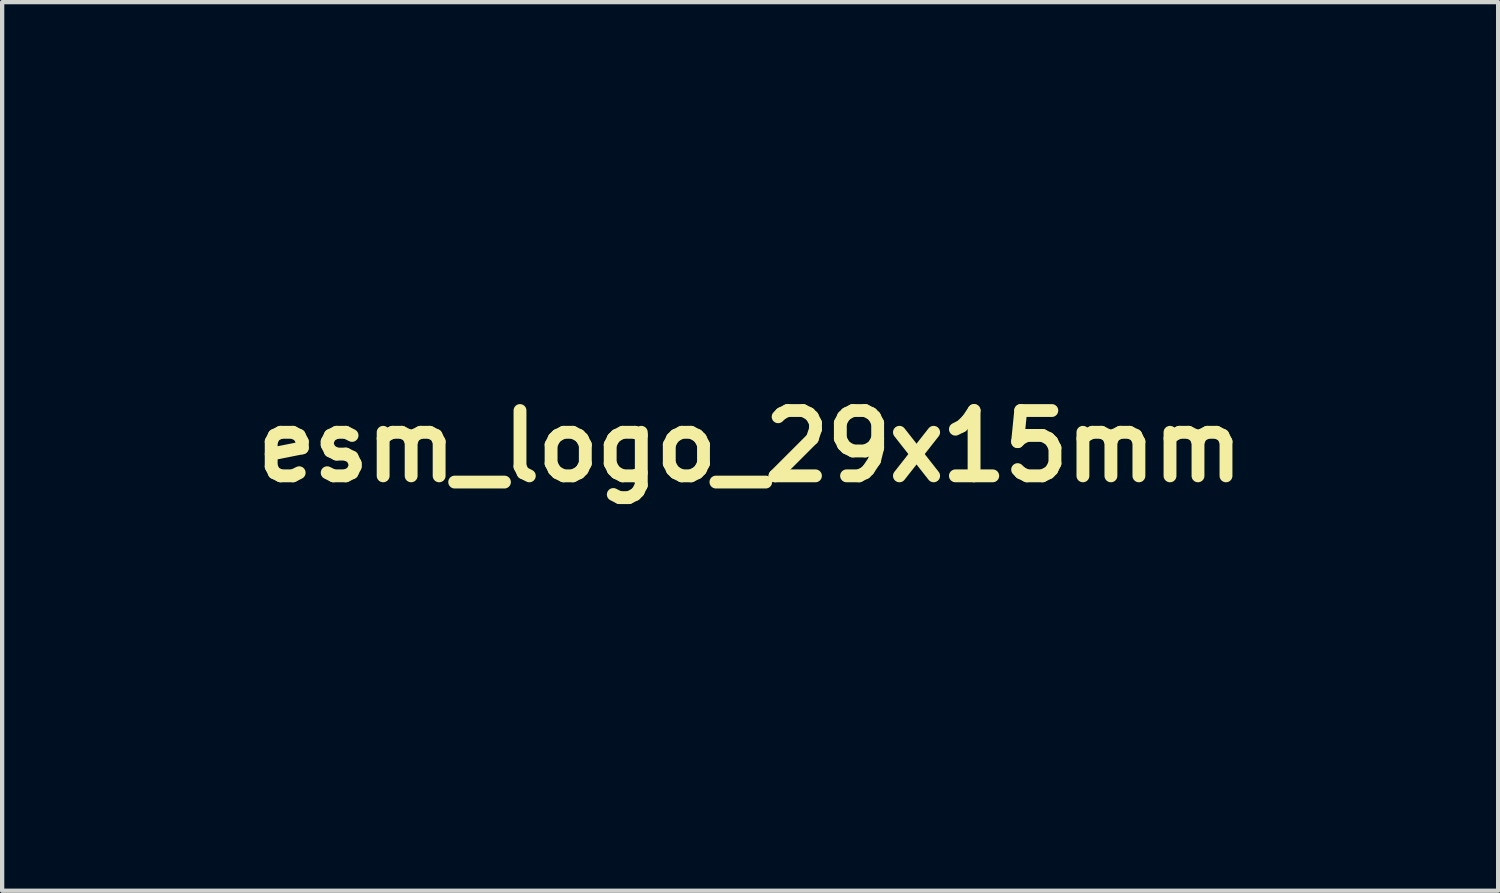
<source format=kicad_pcb>
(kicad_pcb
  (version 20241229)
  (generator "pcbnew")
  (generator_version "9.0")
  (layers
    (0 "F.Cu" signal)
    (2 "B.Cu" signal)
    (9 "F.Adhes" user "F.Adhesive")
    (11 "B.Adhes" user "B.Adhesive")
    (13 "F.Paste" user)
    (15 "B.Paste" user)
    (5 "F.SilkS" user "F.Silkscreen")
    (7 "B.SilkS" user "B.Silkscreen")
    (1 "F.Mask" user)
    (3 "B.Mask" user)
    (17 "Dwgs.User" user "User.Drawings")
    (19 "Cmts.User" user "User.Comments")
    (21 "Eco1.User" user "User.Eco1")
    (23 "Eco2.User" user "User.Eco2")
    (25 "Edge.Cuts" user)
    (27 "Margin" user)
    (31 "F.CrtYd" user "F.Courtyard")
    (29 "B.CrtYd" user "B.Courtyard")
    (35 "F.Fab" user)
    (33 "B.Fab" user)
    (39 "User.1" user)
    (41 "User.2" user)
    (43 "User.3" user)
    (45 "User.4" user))
  (footprint "esm_logo_29x15mm"
    (layer "F.Cu")
    (at 14.454 7.364)
    (property "Reference" "esm_logo_29x15mm" (at 0 0 0) (layer "F.SilkS") (effects (font (size 1.524 1.524) (thickness 0.3))))
    (attr through_hole)
    (fp_poly (pts (xy -14.442 7.355) (xy -14.435 7.362) (xy -14.434 7.363) (xy -14.44 7.366) (xy -14.442 7.366) (xy -14.449 7.36) (xy -14.449 7.358) (xy -14.445 7.354) (xy -14.442 7.355)) (stroke (width 0.01) (type solid)) (fill no) (layer "Eco2.User"))
    (fp_poly (pts (xy -14.437 -7.354) (xy -14.438 -7.351) (xy -14.445 -7.345) (xy -14.446 -7.344) (xy -14.449 -7.35) (xy -14.449 -7.351) (xy -14.443 -7.358) (xy -14.441 -7.359) (xy -14.437 -7.354)) (stroke (width 0.01) (type solid)) (fill no) (layer "Eco2.User"))
    (fp_poly (pts (xy 14.449 -7.353) (xy 14.449 -7.351) (xy 14.446 -7.344) (xy 14.446 -7.344) (xy 14.44 -7.349) (xy 14.438 -7.351) (xy 14.439 -7.358) (xy 14.441 -7.359) (xy 14.449 -7.353)) (stroke (width 0.01) (type solid)) (fill no) (layer "Eco2.User"))
    (fp_poly (pts (xy 14.449 7.357) (xy 14.449 7.359) (xy 14.443 7.366) (xy 14.441 7.366) (xy 14.437 7.362) (xy 14.438 7.359) (xy 14.445 7.352) (xy 14.446 7.351) (xy 14.449 7.357)) (stroke (width 0.01) (type solid)) (fill no) (layer "Eco2.User"))
    (fp_poly (pts (xy 6.181 1.965) (xy 6.21 1.971) (xy 6.23 1.982) (xy 6.242 2) (xy 6.248 2.016) (xy 6.249 2.028) (xy 6.251 2.053) (xy 6.252 2.09) (xy 6.253 2.138) (xy 6.253 2.195) (xy 6.254 2.26) (xy 6.255 2.332) (xy 6.255 2.41) (xy 6.256 2.491) (xy 6.256 2.575) (xy 6.256 2.661) (xy 6.256 2.747) (xy 6.256 2.832) (xy 6.255 2.914) (xy 6.255 2.993) (xy 6.254 3.066) (xy 6.254 3.134) (xy 6.253 3.193) (xy 6.252 3.244) (xy 6.251 3.285) (xy 6.25 3.314) (xy 6.248 3.331) (xy 6.248 3.333) (xy 6.238 3.355) (xy 6.224 3.371) (xy 6.222 3.372) (xy 6.204 3.379) (xy 6.175 3.384) (xy 6.143 3.387) (xy 6.11 3.386) (xy 6.083 3.383) (xy 6.076 3.381) (xy 6.055 3.37) (xy 6.04 3.355) (xy 6.038 3.351) (xy 6.036 3.345) (xy 6.034 3.337) (xy 6.032 3.325) (xy 6.031 3.309) (xy 6.03 3.288) (xy 6.029 3.26) (xy 6.028 3.225) (xy 6.028 3.183) (xy 6.027 3.131) (xy 6.027 3.07) (xy 6.026 2.998) (xy 6.026 2.914) (xy 6.025 2.818) (xy 6.025 2.708) (xy 6.025 2.69) (xy 6.025 2.56) (xy 6.025 2.445) (xy 6.025 2.343) (xy 6.025 2.256) (xy 6.026 2.182) (xy 6.026 2.122) (xy 6.027 2.075) (xy 6.029 2.042) (xy 6.03 2.022) (xy 6.031 2.017) (xy 6.04 1.994) (xy 6.054 1.978) (xy 6.076 1.968) (xy 6.109 1.964) (xy 6.14 1.963) (xy 6.181 1.965)) (stroke (width 0.01) (type solid)) (fill no) (layer "Eco2.User"))
    (fp_poly (pts (xy 11.261 -3.289) (xy 11.29 -3.283) (xy 11.31 -3.272) (xy 11.322 -3.254) (xy 11.328 -3.239) (xy 11.329 -3.226) (xy 11.331 -3.201) (xy 11.332 -3.164) (xy 11.333 -3.116) (xy 11.333 -3.059) (xy 11.334 -2.994) (xy 11.335 -2.922) (xy 11.335 -2.845) (xy 11.336 -2.763) (xy 11.336 -2.679) (xy 11.336 -2.593) (xy 11.336 -2.507) (xy 11.336 -2.423) (xy 11.335 -2.34) (xy 11.335 -2.262) (xy 11.334 -2.188) (xy 11.334 -2.12) (xy 11.333 -2.061) (xy 11.332 -2.01) (xy 11.331 -1.969) (xy 11.33 -1.94) (xy 11.328 -1.924) (xy 11.328 -1.921) (xy 11.318 -1.899) (xy 11.304 -1.883) (xy 11.302 -1.882) (xy 11.284 -1.875) (xy 11.255 -1.87) (xy 11.223 -1.867) (xy 11.19 -1.868) (xy 11.163 -1.871) (xy 11.156 -1.873) (xy 11.135 -1.884) (xy 11.12 -1.899) (xy 11.118 -1.904) (xy 11.116 -1.909) (xy 11.114 -1.918) (xy 11.112 -1.929) (xy 11.111 -1.945) (xy 11.11 -1.967) (xy 11.109 -1.994) (xy 11.108 -2.029) (xy 11.108 -2.071) (xy 11.107 -2.123) (xy 11.107 -2.184) (xy 11.106 -2.256) (xy 11.106 -2.34) (xy 11.105 -2.436) (xy 11.105 -2.546) (xy 11.105 -2.564) (xy 11.105 -2.694) (xy 11.105 -2.81) (xy 11.105 -2.911) (xy 11.105 -2.999) (xy 11.106 -3.072) (xy 11.106 -3.132) (xy 11.107 -3.179) (xy 11.109 -3.212) (xy 11.11 -3.232) (xy 11.111 -3.237) (xy 11.12 -3.26) (xy 11.134 -3.276) (xy 11.156 -3.286) (xy 11.189 -3.29) (xy 11.22 -3.291) (xy 11.261 -3.289)) (stroke (width 0.01) (type solid)) (fill no) (layer "Eco2.User"))
    (fp_poly (pts (xy 0.124 -3.476) (xy 0.144 -3.474) (xy 0.157 -3.469) (xy 0.17 -3.46) (xy 0.176 -3.455) (xy 0.2 -3.434) (xy 0.204 -2.923) (xy 0.205 -2.821) (xy 0.206 -2.733) (xy 0.207 -2.657) (xy 0.208 -2.592) (xy 0.209 -2.537) (xy 0.21 -2.492) (xy 0.212 -2.454) (xy 0.213 -2.424) (xy 0.216 -2.4) (xy 0.218 -2.381) (xy 0.221 -2.366) (xy 0.225 -2.354) (xy 0.229 -2.343) (xy 0.233 -2.334) (xy 0.252 -2.307) (xy 0.275 -2.285) (xy 0.29 -2.276) (xy 0.303 -2.274) (xy 0.33 -2.272) (xy 0.37 -2.27) (xy 0.423 -2.268) (xy 0.489 -2.266) (xy 0.566 -2.265) (xy 0.584 -2.265) (xy 0.658 -2.263) (xy 0.718 -2.262) (xy 0.766 -2.261) (xy 0.804 -2.26) (xy 0.834 -2.257) (xy 0.855 -2.255) (xy 0.871 -2.251) (xy 0.882 -2.246) (xy 0.89 -2.24) (xy 0.896 -2.232) (xy 0.901 -2.222) (xy 0.901 -2.222) (xy 0.905 -2.21) (xy 0.908 -2.189) (xy 0.909 -2.158) (xy 0.91 -2.116) (xy 0.911 -2.061) (xy 0.911 -2.007) (xy 0.909 -1.966) (xy 0.907 -1.935) (xy 0.903 -1.913) (xy 0.897 -1.896) (xy 0.889 -1.885) (xy 0.877 -1.876) (xy 0.869 -1.871) (xy 0.857 -1.868) (xy 0.832 -1.866) (xy 0.797 -1.863) (xy 0.753 -1.862) (xy 0.703 -1.861) (xy 0.649 -1.86) (xy 0.592 -1.859) (xy 0.534 -1.86) (xy 0.478 -1.86) (xy 0.426 -1.861) (xy 0.38 -1.863) (xy 0.341 -1.865) (xy 0.311 -1.867) (xy 0.301 -1.868) (xy 0.246 -1.879) (xy 0.202 -1.893) (xy 0.165 -1.912) (xy 0.131 -1.938) (xy 0.108 -1.959) (xy 0.079 -1.99) (xy 0.059 -2.018) (xy 0.044 -2.049) (xy 0.042 -2.054) (xy 0.032 -2.08) (xy 0.024 -2.107) (xy 0.016 -2.136) (xy 0.01 -2.167) (xy 0.004 -2.202) (xy -0.001 -2.243) (xy -0.004 -2.288) (xy -0.008 -2.341) (xy -0.01 -2.402) (xy -0.012 -2.471) (xy -0.013 -2.551) (xy -0.013 -2.641) (xy -0.014 -2.743) (xy -0.013 -2.858) (xy -0.013 -2.934) (xy -0.011 -3.434) (xy 0.013 -3.455) (xy 0.026 -3.466) (xy 0.039 -3.472) (xy 0.055 -3.475) (xy 0.08 -3.476) (xy 0.094 -3.476) (xy 0.124 -3.476)) (stroke (width 0.01) (type solid)) (fill no) (layer "Eco2.User"))
    (fp_poly (pts (xy 5.028 -3.298) (xy 5.11 -3.298) (xy 5.181 -3.298) (xy 5.241 -3.298) (xy 5.29 -3.297) (xy 5.331 -3.297) (xy 5.364 -3.296) (xy 5.391 -3.295) (xy 5.412 -3.293) (xy 5.429 -3.291) (xy 5.442 -3.289) (xy 5.454 -3.287) (xy 5.459 -3.286) (xy 5.523 -3.264) (xy 5.575 -3.235) (xy 5.615 -3.198) (xy 5.645 -3.151) (xy 5.664 -3.096) (xy 5.668 -3.077) (xy 5.673 -3.032) (xy 5.671 -2.991) (xy 5.663 -2.957) (xy 5.651 -2.935) (xy 5.633 -2.921) (xy 5.61 -2.911) (xy 5.606 -2.91) (xy 5.592 -2.908) (xy 5.565 -2.907) (xy 5.528 -2.906) (xy 5.482 -2.904) (xy 5.429 -2.904) (xy 5.371 -2.903) (xy 5.326 -2.903) (xy 5.259 -2.903) (xy 5.205 -2.903) (xy 5.162 -2.902) (xy 5.129 -2.902) (xy 5.105 -2.901) (xy 5.088 -2.899) (xy 5.077 -2.897) (xy 5.069 -2.894) (xy 5.065 -2.891) (xy 5.063 -2.89) (xy 5.061 -2.886) (xy 5.058 -2.88) (xy 5.057 -2.871) (xy 5.055 -2.857) (xy 5.054 -2.838) (xy 5.053 -2.812) (xy 5.052 -2.779) (xy 5.052 -2.737) (xy 5.051 -2.685) (xy 5.051 -2.623) (xy 5.051 -2.548) (xy 5.051 -2.461) (xy 5.051 -2.412) (xy 5.051 -2.306) (xy 5.05 -2.212) (xy 5.05 -2.131) (xy 5.049 -2.062) (xy 5.048 -2.006) (xy 5.047 -1.964) (xy 5.045 -1.936) (xy 5.043 -1.921) (xy 5.043 -1.921) (xy 5.033 -1.899) (xy 5.019 -1.883) (xy 5.018 -1.882) (xy 4.999 -1.875) (xy 4.971 -1.87) (xy 4.938 -1.867) (xy 4.905 -1.868) (xy 4.878 -1.871) (xy 4.871 -1.873) (xy 4.862 -1.876) (xy 4.854 -1.878) (xy 4.847 -1.882) (xy 4.841 -1.888) (xy 4.836 -1.897) (xy 4.832 -1.91) (xy 4.829 -1.928) (xy 4.827 -1.952) (xy 4.825 -1.984) (xy 4.823 -2.023) (xy 4.822 -2.072) (xy 4.822 -2.132) (xy 4.821 -2.202) (xy 4.821 -2.285) (xy 4.82 -2.381) (xy 4.82 -2.398) (xy 4.82 -2.494) (xy 4.819 -2.577) (xy 4.819 -2.647) (xy 4.818 -2.705) (xy 4.818 -2.754) (xy 4.817 -2.793) (xy 4.816 -2.824) (xy 4.815 -2.847) (xy 4.813 -2.864) (xy 4.812 -2.876) (xy 4.81 -2.884) (xy 4.808 -2.888) (xy 4.807 -2.889) (xy 4.803 -2.893) (xy 4.796 -2.895) (xy 4.786 -2.898) (xy 4.771 -2.899) (xy 4.749 -2.901) (xy 4.719 -2.902) (xy 4.679 -2.903) (xy 4.628 -2.903) (xy 4.565 -2.904) (xy 4.526 -2.904) (xy 4.451 -2.905) (xy 4.389 -2.906) (xy 4.339 -2.907) (xy 4.301 -2.908) (xy 4.273 -2.91) (xy 4.254 -2.912) (xy 4.242 -2.915) (xy 4.24 -2.916) (xy 4.221 -2.931) (xy 4.208 -2.95) (xy 4.201 -2.978) (xy 4.199 -3.016) (xy 4.199 -3.026) (xy 4.204 -3.091) (xy 4.22 -3.147) (xy 4.246 -3.193) (xy 4.284 -3.23) (xy 4.334 -3.26) (xy 4.395 -3.282) (xy 4.406 -3.285) (xy 4.418 -3.288) (xy 4.43 -3.29) (xy 4.443 -3.292) (xy 4.46 -3.294) (xy 4.481 -3.295) (xy 4.508 -3.296) (xy 4.54 -3.297) (xy 4.581 -3.298) (xy 4.63 -3.298) (xy 4.69 -3.298) (xy 4.76 -3.298) (xy 4.843 -3.298) (xy 4.931 -3.298) (xy 5.028 -3.298)) (stroke (width 0.01) (type solid)) (fill no) (layer "Eco2.User"))
    (fp_poly (pts (xy 8.364 -3.327) (xy 8.467 -3.32) (xy 8.565 -3.308) (xy 8.655 -3.291) (xy 8.71 -3.276) (xy 8.773 -3.253) (xy 8.827 -3.226) (xy 8.874 -3.193) (xy 8.906 -3.163) (xy 8.938 -3.129) (xy 8.965 -3.092) (xy 8.987 -3.05) (xy 9.006 -3.003) (xy 9.02 -2.95) (xy 9.031 -2.888) (xy 9.039 -2.816) (xy 9.043 -2.734) (xy 9.046 -2.64) (xy 9.046 -2.584) (xy 9.045 -2.497) (xy 9.043 -2.423) (xy 9.04 -2.36) (xy 9.034 -2.305) (xy 9.027 -2.257) (xy 9.018 -2.213) (xy 9.012 -2.19) (xy 8.987 -2.119) (xy 8.951 -2.057) (xy 8.904 -2.003) (xy 8.847 -1.957) (xy 8.779 -1.92) (xy 8.698 -1.89) (xy 8.606 -1.867) (xy 8.57 -1.861) (xy 8.542 -1.858) (xy 8.503 -1.855) (xy 8.455 -1.852) (xy 8.403 -1.849) (xy 8.347 -1.847) (xy 8.292 -1.846) (xy 8.24 -1.845) (xy 8.193 -1.845) (xy 8.156 -1.846) (xy 8.129 -1.848) (xy 8.128 -1.848) (xy 8.035 -1.861) (xy 7.955 -1.875) (xy 7.886 -1.892) (xy 7.827 -1.912) (xy 7.776 -1.936) (xy 7.732 -1.964) (xy 7.693 -1.996) (xy 7.682 -2.007) (xy 7.65 -2.041) (xy 7.624 -2.079) (xy 7.602 -2.121) (xy 7.584 -2.168) (xy 7.569 -2.222) (xy 7.559 -2.284) (xy 7.551 -2.355) (xy 7.546 -2.438) (xy 7.544 -2.533) (xy 7.544 -2.584) (xy 7.544 -2.597) (xy 7.747 -2.597) (xy 7.747 -2.548) (xy 7.748 -2.502) (xy 7.751 -2.461) (xy 7.754 -2.43) (xy 7.757 -2.419) (xy 7.774 -2.372) (xy 7.799 -2.335) (xy 7.833 -2.305) (xy 7.878 -2.283) (xy 7.934 -2.267) (xy 8 -2.257) (xy 8.03 -2.255) (xy 8.072 -2.254) (xy 8.124 -2.252) (xy 8.182 -2.251) (xy 8.245 -2.251) (xy 8.31 -2.251) (xy 8.374 -2.251) (xy 8.434 -2.252) (xy 8.489 -2.253) (xy 8.535 -2.254) (xy 8.57 -2.256) (xy 8.581 -2.257) (xy 8.648 -2.267) (xy 8.704 -2.281) (xy 8.749 -2.303) (xy 8.785 -2.332) (xy 8.811 -2.37) (xy 8.83 -2.418) (xy 8.841 -2.477) (xy 8.846 -2.548) (xy 8.846 -2.582) (xy 8.844 -2.657) (xy 8.837 -2.719) (xy 8.825 -2.77) (xy 8.806 -2.811) (xy 8.779 -2.844) (xy 8.745 -2.87) (xy 8.702 -2.89) (xy 8.669 -2.901) (xy 8.644 -2.905) (xy 8.607 -2.909) (xy 8.559 -2.913) (xy 8.503 -2.915) (xy 8.44 -2.917) (xy 8.373 -2.918) (xy 8.303 -2.918) (xy 8.233 -2.918) (xy 8.165 -2.917) (xy 8.101 -2.915) (xy 8.042 -2.913) (xy 7.991 -2.909) (xy 7.95 -2.906) (xy 7.92 -2.901) (xy 7.914 -2.899) (xy 7.86 -2.879) (xy 7.817 -2.852) (xy 7.785 -2.816) (xy 7.763 -2.77) (xy 7.757 -2.748) (xy 7.753 -2.724) (xy 7.75 -2.688) (xy 7.748 -2.644) (xy 7.747 -2.597) (xy 7.544 -2.597) (xy 7.545 -2.685) (xy 7.548 -2.774) (xy 7.554 -2.851) (xy 7.564 -2.918) (xy 7.576 -2.976) (xy 7.592 -3.026) (xy 7.612 -3.07) (xy 7.637 -3.109) (xy 7.666 -3.145) (xy 7.684 -3.163) (xy 7.729 -3.203) (xy 7.777 -3.234) (xy 7.833 -3.26) (xy 7.88 -3.276) (xy 7.962 -3.297) (xy 8.055 -3.313) (xy 8.155 -3.323) (xy 8.259 -3.327) (xy 8.364 -3.327)) (stroke (width 0.01) (type solid)) (fill no) (layer "Eco2.User"))
    (fp_poly (pts (xy 0.892 -0.696) (xy 0.988 -0.687) (xy 1.076 -0.673) (xy 1.155 -0.654) (xy 1.172 -0.648) (xy 1.235 -0.625) (xy 1.288 -0.598) (xy 1.335 -0.565) (xy 1.366 -0.536) (xy 1.398 -0.502) (xy 1.425 -0.465) (xy 1.447 -0.423) (xy 1.465 -0.377) (xy 1.48 -0.323) (xy 1.491 -0.261) (xy 1.498 -0.19) (xy 1.503 -0.108) (xy 1.506 -0.014) (xy 1.506 0.044) (xy 1.505 0.13) (xy 1.503 0.203) (xy 1.5 0.266) (xy 1.495 0.321) (xy 1.488 0.369) (xy 1.479 0.413) (xy 1.472 0.437) (xy 1.446 0.508) (xy 1.411 0.571) (xy 1.364 0.624) (xy 1.307 0.67) (xy 1.238 0.707) (xy 1.158 0.737) (xy 1.066 0.76) (xy 1.03 0.766) (xy 1.002 0.769) (xy 0.963 0.772) (xy 0.915 0.775) (xy 0.863 0.778) (xy 0.807 0.78) (xy 0.752 0.781) (xy 0.7 0.782) (xy 0.653 0.782) (xy 0.616 0.781) (xy 0.589 0.779) (xy 0.588 0.779) (xy 0.495 0.767) (xy 0.415 0.752) (xy 0.346 0.735) (xy 0.287 0.715) (xy 0.236 0.691) (xy 0.192 0.664) (xy 0.153 0.631) (xy 0.142 0.621) (xy 0.11 0.585) (xy 0.083 0.548) (xy 0.061 0.506) (xy 0.043 0.458) (xy 0.029 0.404) (xy 0.018 0.342) (xy 0.011 0.269) (xy 0.006 0.186) (xy 0.004 0.091) (xy 0.004 0.044) (xy 0.004 0.031) (xy 0.207 0.031) (xy 0.207 0.079) (xy 0.208 0.125) (xy 0.211 0.166) (xy 0.214 0.197) (xy 0.217 0.208) (xy 0.233 0.255) (xy 0.258 0.292) (xy 0.293 0.322) (xy 0.338 0.344) (xy 0.394 0.36) (xy 0.46 0.37) (xy 0.49 0.372) (xy 0.532 0.373) (xy 0.584 0.375) (xy 0.642 0.376) (xy 0.705 0.376) (xy 0.77 0.376) (xy 0.833 0.376) (xy 0.894 0.375) (xy 0.949 0.374) (xy 0.995 0.373) (xy 1.03 0.371) (xy 1.04 0.37) (xy 1.108 0.361) (xy 1.164 0.346) (xy 1.209 0.324) (xy 1.244 0.295) (xy 1.271 0.257) (xy 1.289 0.209) (xy 1.301 0.15) (xy 1.306 0.079) (xy 1.306 0.045) (xy 1.304 -0.03) (xy 1.297 -0.092) (xy 1.284 -0.143) (xy 1.265 -0.184) (xy 1.239 -0.217) (xy 1.205 -0.243) (xy 1.162 -0.263) (xy 1.129 -0.274) (xy 1.104 -0.278) (xy 1.066 -0.282) (xy 1.019 -0.286) (xy 0.962 -0.288) (xy 0.9 -0.29) (xy 0.833 -0.291) (xy 0.763 -0.291) (xy 0.693 -0.291) (xy 0.625 -0.29) (xy 0.561 -0.288) (xy 0.502 -0.286) (xy 0.451 -0.282) (xy 0.41 -0.278) (xy 0.38 -0.274) (xy 0.374 -0.272) (xy 0.319 -0.252) (xy 0.277 -0.225) (xy 0.245 -0.189) (xy 0.223 -0.143) (xy 0.217 -0.121) (xy 0.212 -0.096) (xy 0.209 -0.061) (xy 0.208 -0.017) (xy 0.207 0.031) (xy 0.004 0.031) (xy 0.005 -0.058) (xy 0.008 -0.147) (xy 0.014 -0.224) (xy 0.023 -0.29) (xy 0.036 -0.348) (xy 0.052 -0.399) (xy 0.072 -0.443) (xy 0.096 -0.482) (xy 0.126 -0.518) (xy 0.144 -0.536) (xy 0.188 -0.575) (xy 0.236 -0.606) (xy 0.291 -0.632) (xy 0.337 -0.648) (xy 0.413 -0.668) (xy 0.499 -0.684) (xy 0.593 -0.694) (xy 0.692 -0.699) (xy 0.793 -0.7) (xy 0.892 -0.696)) (stroke (width 0.01) (type solid)) (fill no) (layer "Eco2.User"))
    (fp_poly (pts (xy 1.876 -0.662) (xy 1.904 -0.654) (xy 1.923 -0.641) (xy 1.935 -0.62) (xy 1.937 -0.611) (xy 1.939 -0.597) (xy 1.941 -0.569) (xy 1.942 -0.527) (xy 1.943 -0.473) (xy 1.944 -0.408) (xy 1.945 -0.33) (xy 1.945 -0.243) (xy 1.945 -0.227) (xy 1.945 -0.142) (xy 1.946 -0.063) (xy 1.946 0.007) (xy 1.947 0.067) (xy 1.949 0.118) (xy 1.95 0.156) (xy 1.952 0.181) (xy 1.953 0.186) (xy 1.965 0.242) (xy 1.985 0.287) (xy 2.013 0.321) (xy 2.024 0.33) (xy 2.041 0.34) (xy 2.059 0.349) (xy 2.079 0.356) (xy 2.104 0.362) (xy 2.134 0.366) (xy 2.172 0.369) (xy 2.219 0.372) (xy 2.277 0.374) (xy 2.348 0.375) (xy 2.366 0.375) (xy 2.458 0.376) (xy 2.537 0.376) (xy 2.604 0.375) (xy 2.66 0.372) (xy 2.707 0.367) (xy 2.745 0.36) (xy 2.777 0.351) (xy 2.803 0.34) (xy 2.825 0.326) (xy 2.843 0.309) (xy 2.848 0.304) (xy 2.858 0.293) (xy 2.867 0.282) (xy 2.874 0.27) (xy 2.88 0.257) (xy 2.885 0.24) (xy 2.889 0.219) (xy 2.893 0.193) (xy 2.895 0.16) (xy 2.897 0.119) (xy 2.899 0.069) (xy 2.9 0.009) (xy 2.901 -0.063) (xy 2.902 -0.147) (xy 2.902 -0.207) (xy 2.903 -0.3) (xy 2.904 -0.379) (xy 2.906 -0.445) (xy 2.907 -0.5) (xy 2.908 -0.544) (xy 2.91 -0.578) (xy 2.911 -0.602) (xy 2.913 -0.619) (xy 2.915 -0.628) (xy 2.916 -0.629) (xy 2.929 -0.646) (xy 2.949 -0.657) (xy 2.977 -0.662) (xy 3.012 -0.664) (xy 3.052 -0.662) (xy 3.08 -0.654) (xy 3.099 -0.641) (xy 3.111 -0.619) (xy 3.113 -0.611) (xy 3.115 -0.598) (xy 3.116 -0.572) (xy 3.117 -0.534) (xy 3.118 -0.487) (xy 3.119 -0.432) (xy 3.12 -0.37) (xy 3.12 -0.303) (xy 3.12 -0.234) (xy 3.12 -0.162) (xy 3.12 -0.091) (xy 3.12 -0.021) (xy 3.119 0.046) (xy 3.118 0.108) (xy 3.117 0.163) (xy 3.116 0.211) (xy 3.115 0.248) (xy 3.113 0.269) (xy 3.107 0.338) (xy 3.099 0.395) (xy 3.088 0.445) (xy 3.074 0.489) (xy 3.056 0.532) (xy 3.055 0.534) (xy 3.021 0.591) (xy 2.977 0.64) (xy 2.922 0.682) (xy 2.857 0.716) (xy 2.78 0.743) (xy 2.692 0.763) (xy 2.591 0.776) (xy 2.479 0.782) (xy 2.409 0.783) (xy 2.367 0.782) (xy 2.329 0.781) (xy 2.297 0.781) (xy 2.275 0.78) (xy 2.268 0.779) (xy 2.183 0.767) (xy 2.11 0.754) (xy 2.048 0.738) (xy 1.995 0.72) (xy 1.949 0.697) (xy 1.908 0.67) (xy 1.87 0.638) (xy 1.868 0.637) (xy 1.832 0.598) (xy 1.802 0.553) (xy 1.778 0.502) (xy 1.759 0.443) (xy 1.746 0.373) (xy 1.736 0.292) (xy 1.734 0.269) (xy 1.733 0.239) (xy 1.731 0.198) (xy 1.73 0.148) (xy 1.729 0.091) (xy 1.728 0.027) (xy 1.728 -0.04) (xy 1.727 -0.111) (xy 1.727 -0.182) (xy 1.727 -0.254) (xy 1.728 -0.323) (xy 1.728 -0.388) (xy 1.729 -0.448) (xy 1.73 -0.501) (xy 1.731 -0.546) (xy 1.732 -0.581) (xy 1.734 -0.603) (xy 1.735 -0.611) (xy 1.745 -0.635) (xy 1.761 -0.651) (xy 1.787 -0.66) (xy 1.823 -0.664) (xy 1.836 -0.664) (xy 1.876 -0.662)) (stroke (width 0.01) (type solid)) (fill no) (layer "Eco2.User"))
    (fp_poly (pts (xy 3.676 -3.307) (xy 3.73 -3.305) (xy 3.775 -3.302) (xy 3.814 -3.297) (xy 3.849 -3.291) (xy 3.881 -3.283) (xy 3.901 -3.277) (xy 3.958 -3.254) (xy 4.003 -3.224) (xy 4.036 -3.185) (xy 4.059 -3.138) (xy 4.072 -3.089) (xy 4.076 -3.048) (xy 4.076 -3.007) (xy 4.071 -2.972) (xy 4.063 -2.946) (xy 4.06 -2.941) (xy 4.056 -2.935) (xy 4.051 -2.929) (xy 4.045 -2.924) (xy 4.037 -2.92) (xy 4.025 -2.916) (xy 4.009 -2.913) (xy 3.988 -2.911) (xy 3.96 -2.909) (xy 3.925 -2.907) (xy 3.881 -2.906) (xy 3.827 -2.905) (xy 3.762 -2.904) (xy 3.686 -2.903) (xy 3.596 -2.903) (xy 3.541 -2.902) (xy 3.443 -2.901) (xy 3.358 -2.9) (xy 3.286 -2.899) (xy 3.225 -2.898) (xy 3.174 -2.897) (xy 3.133 -2.896) (xy 3.099 -2.895) (xy 3.073 -2.893) (xy 3.052 -2.891) (xy 3.037 -2.889) (xy 3.026 -2.887) (xy 3.024 -2.887) (xy 2.978 -2.871) (xy 2.94 -2.849) (xy 2.91 -2.82) (xy 2.888 -2.783) (xy 2.873 -2.736) (xy 2.864 -2.68) (xy 2.86 -2.611) (xy 2.861 -2.551) (xy 2.866 -2.486) (xy 2.873 -2.433) (xy 2.885 -2.391) (xy 2.902 -2.358) (xy 2.925 -2.332) (xy 2.954 -2.312) (xy 2.963 -2.307) (xy 2.977 -2.3) (xy 2.991 -2.294) (xy 3.006 -2.289) (xy 3.024 -2.285) (xy 3.044 -2.281) (xy 3.07 -2.278) (xy 3.101 -2.275) (xy 3.139 -2.273) (xy 3.184 -2.271) (xy 3.239 -2.27) (xy 3.304 -2.269) (xy 3.38 -2.268) (xy 3.469 -2.266) (xy 3.556 -2.265) (xy 3.652 -2.264) (xy 3.735 -2.264) (xy 3.805 -2.263) (xy 3.864 -2.262) (xy 3.912 -2.261) (xy 3.952 -2.259) (xy 3.983 -2.257) (xy 4.007 -2.255) (xy 4.025 -2.252) (xy 4.038 -2.249) (xy 4.048 -2.245) (xy 4.054 -2.24) (xy 4.059 -2.234) (xy 4.063 -2.227) (xy 4.065 -2.222) (xy 4.071 -2.202) (xy 4.074 -2.172) (xy 4.075 -2.136) (xy 4.073 -2.098) (xy 4.068 -2.062) (xy 4.061 -2.033) (xy 4.061 -2.032) (xy 4.04 -1.991) (xy 4.008 -1.953) (xy 3.969 -1.922) (xy 3.931 -1.902) (xy 3.902 -1.892) (xy 3.873 -1.884) (xy 3.842 -1.877) (xy 3.807 -1.872) (xy 3.767 -1.868) (xy 3.719 -1.865) (xy 3.661 -1.863) (xy 3.592 -1.862) (xy 3.541 -1.861) (xy 3.481 -1.861) (xy 3.423 -1.861) (xy 3.368 -1.861) (xy 3.319 -1.862) (xy 3.279 -1.863) (xy 3.25 -1.865) (xy 3.244 -1.865) (xy 3.146 -1.877) (xy 3.061 -1.892) (xy 2.987 -1.911) (xy 2.923 -1.935) (xy 2.868 -1.965) (xy 2.82 -2) (xy 2.794 -2.024) (xy 2.763 -2.058) (xy 2.737 -2.093) (xy 2.716 -2.133) (xy 2.699 -2.177) (xy 2.685 -2.228) (xy 2.675 -2.287) (xy 2.667 -2.356) (xy 2.662 -2.437) (xy 2.658 -2.518) (xy 2.657 -2.6) (xy 2.659 -2.683) (xy 2.663 -2.762) (xy 2.669 -2.835) (xy 2.677 -2.899) (xy 2.682 -2.932) (xy 2.704 -3.009) (xy 2.738 -3.077) (xy 2.782 -3.135) (xy 2.837 -3.184) (xy 2.902 -3.224) (xy 2.905 -3.225) (xy 2.945 -3.243) (xy 2.984 -3.258) (xy 3.023 -3.271) (xy 3.065 -3.281) (xy 3.111 -3.289) (xy 3.163 -3.295) (xy 3.222 -3.3) (xy 3.291 -3.303) (xy 3.371 -3.306) (xy 3.453 -3.307) (xy 3.539 -3.308) (xy 3.613 -3.308) (xy 3.676 -3.307)) (stroke (width 0.01) (type solid)) (fill no) (layer "Eco2.User"))
    (fp_poly (pts (xy 3.676 1.947) (xy 3.73 1.949) (xy 3.775 1.952) (xy 3.814 1.957) (xy 3.849 1.963) (xy 3.881 1.971) (xy 3.901 1.977) (xy 3.958 2) (xy 4.003 2.031) (xy 4.036 2.069) (xy 4.059 2.116) (xy 4.072 2.165) (xy 4.076 2.206) (xy 4.076 2.247) (xy 4.071 2.282) (xy 4.063 2.308) (xy 4.06 2.313) (xy 4.056 2.32) (xy 4.051 2.325) (xy 4.045 2.33) (xy 4.037 2.335) (xy 4.025 2.338) (xy 4.009 2.341) (xy 3.988 2.343) (xy 3.96 2.345) (xy 3.925 2.347) (xy 3.881 2.348) (xy 3.827 2.349) (xy 3.762 2.35) (xy 3.686 2.351) (xy 3.596 2.352) (xy 3.541 2.352) (xy 3.443 2.353) (xy 3.358 2.354) (xy 3.286 2.355) (xy 3.225 2.356) (xy 3.174 2.357) (xy 3.133 2.358) (xy 3.099 2.36) (xy 3.073 2.361) (xy 3.052 2.363) (xy 3.037 2.365) (xy 3.026 2.367) (xy 3.024 2.367) (xy 2.978 2.383) (xy 2.94 2.405) (xy 2.91 2.434) (xy 2.888 2.471) (xy 2.873 2.518) (xy 2.864 2.575) (xy 2.86 2.643) (xy 2.861 2.703) (xy 2.866 2.768) (xy 2.873 2.821) (xy 2.885 2.863) (xy 2.902 2.896) (xy 2.925 2.922) (xy 2.954 2.942) (xy 2.963 2.947) (xy 2.977 2.954) (xy 2.991 2.96) (xy 3.006 2.965) (xy 3.024 2.97) (xy 3.044 2.973) (xy 3.07 2.976) (xy 3.101 2.979) (xy 3.139 2.981) (xy 3.184 2.983) (xy 3.239 2.984) (xy 3.304 2.986) (xy 3.38 2.987) (xy 3.469 2.988) (xy 3.556 2.989) (xy 3.652 2.99) (xy 3.735 2.991) (xy 3.805 2.991) (xy 3.864 2.992) (xy 3.912 2.994) (xy 3.952 2.995) (xy 3.983 2.997) (xy 4.007 2.999) (xy 4.025 3.002) (xy 4.038 3.005) (xy 4.048 3.009) (xy 4.054 3.014) (xy 4.059 3.02) (xy 4.063 3.027) (xy 4.065 3.032) (xy 4.071 3.052) (xy 4.074 3.083) (xy 4.075 3.119) (xy 4.073 3.156) (xy 4.068 3.192) (xy 4.061 3.221) (xy 4.061 3.222) (xy 4.04 3.263) (xy 4.008 3.301) (xy 3.969 3.333) (xy 3.931 3.352) (xy 3.902 3.362) (xy 3.873 3.37) (xy 3.842 3.377) (xy 3.807 3.382) (xy 3.767 3.386) (xy 3.719 3.389) (xy 3.661 3.391) (xy 3.592 3.392) (xy 3.541 3.393) (xy 3.481 3.393) (xy 3.423 3.393) (xy 3.368 3.393) (xy 3.319 3.392) (xy 3.279 3.391) (xy 3.25 3.389) (xy 3.244 3.389) (xy 3.142 3.377) (xy 3.053 3.36) (xy 2.976 3.339) (xy 2.91 3.313) (xy 2.854 3.281) (xy 2.806 3.244) (xy 2.787 3.225) (xy 2.758 3.191) (xy 2.733 3.154) (xy 2.713 3.114) (xy 2.696 3.068) (xy 2.683 3.016) (xy 2.673 2.955) (xy 2.666 2.884) (xy 2.661 2.802) (xy 2.658 2.736) (xy 2.657 2.654) (xy 2.659 2.572) (xy 2.663 2.492) (xy 2.669 2.419) (xy 2.677 2.355) (xy 2.682 2.322) (xy 2.704 2.245) (xy 2.738 2.177) (xy 2.782 2.119) (xy 2.837 2.07) (xy 2.902 2.031) (xy 2.905 2.029) (xy 2.945 2.011) (xy 2.984 1.996) (xy 3.023 1.983) (xy 3.065 1.973) (xy 3.111 1.965) (xy 3.163 1.959) (xy 3.222 1.954) (xy 3.291 1.951) (xy 3.371 1.948) (xy 3.453 1.947) (xy 3.539 1.946) (xy 3.613 1.946) (xy 3.676 1.947)) (stroke (width 0.01) (type solid)) (fill no) (layer "Eco2.User"))
    (fp_poly (pts (xy 12.574 -3.307) (xy 12.627 -3.305) (xy 12.672 -3.302) (xy 12.712 -3.297) (xy 12.746 -3.291) (xy 12.778 -3.283) (xy 12.798 -3.277) (xy 12.856 -3.254) (xy 12.9 -3.224) (xy 12.934 -3.185) (xy 12.957 -3.138) (xy 12.969 -3.089) (xy 12.973 -3.048) (xy 12.973 -3.007) (xy 12.968 -2.972) (xy 12.96 -2.946) (xy 12.957 -2.941) (xy 12.953 -2.935) (xy 12.948 -2.929) (xy 12.942 -2.924) (xy 12.934 -2.92) (xy 12.923 -2.916) (xy 12.907 -2.913) (xy 12.885 -2.911) (xy 12.857 -2.909) (xy 12.822 -2.907) (xy 12.778 -2.906) (xy 12.724 -2.905) (xy 12.659 -2.904) (xy 12.583 -2.903) (xy 12.494 -2.903) (xy 12.439 -2.902) (xy 12.34 -2.901) (xy 12.256 -2.9) (xy 12.183 -2.899) (xy 12.122 -2.898) (xy 12.071 -2.897) (xy 12.03 -2.896) (xy 11.996 -2.895) (xy 11.97 -2.893) (xy 11.95 -2.891) (xy 11.934 -2.889) (xy 11.923 -2.887) (xy 11.921 -2.887) (xy 11.875 -2.871) (xy 11.837 -2.849) (xy 11.808 -2.82) (xy 11.785 -2.783) (xy 11.77 -2.736) (xy 11.761 -2.68) (xy 11.758 -2.611) (xy 11.759 -2.551) (xy 11.763 -2.486) (xy 11.771 -2.433) (xy 11.782 -2.391) (xy 11.799 -2.358) (xy 11.822 -2.332) (xy 11.851 -2.312) (xy 11.86 -2.307) (xy 11.874 -2.3) (xy 11.888 -2.294) (xy 11.903 -2.289) (xy 11.921 -2.285) (xy 11.942 -2.281) (xy 11.967 -2.278) (xy 11.998 -2.275) (xy 12.036 -2.273) (xy 12.082 -2.271) (xy 12.136 -2.27) (xy 12.201 -2.269) (xy 12.277 -2.268) (xy 12.366 -2.266) (xy 12.453 -2.265) (xy 12.549 -2.264) (xy 12.632 -2.264) (xy 12.702 -2.263) (xy 12.761 -2.262) (xy 12.81 -2.261) (xy 12.849 -2.259) (xy 12.88 -2.257) (xy 12.904 -2.255) (xy 12.923 -2.252) (xy 12.936 -2.249) (xy 12.945 -2.245) (xy 12.951 -2.24) (xy 12.956 -2.234) (xy 12.96 -2.227) (xy 12.963 -2.222) (xy 12.968 -2.202) (xy 12.972 -2.172) (xy 12.972 -2.136) (xy 12.97 -2.098) (xy 12.965 -2.062) (xy 12.958 -2.033) (xy 12.958 -2.032) (xy 12.937 -1.991) (xy 12.905 -1.953) (xy 12.866 -1.922) (xy 12.828 -1.902) (xy 12.799 -1.892) (xy 12.77 -1.884) (xy 12.739 -1.877) (xy 12.704 -1.872) (xy 12.664 -1.868) (xy 12.616 -1.865) (xy 12.558 -1.863) (xy 12.489 -1.862) (xy 12.439 -1.861) (xy 12.379 -1.861) (xy 12.32 -1.861) (xy 12.265 -1.861) (xy 12.216 -1.862) (xy 12.176 -1.863) (xy 12.147 -1.865) (xy 12.141 -1.865) (xy 12.043 -1.877) (xy 11.958 -1.892) (xy 11.884 -1.911) (xy 11.82 -1.935) (xy 11.765 -1.965) (xy 11.717 -2) (xy 11.691 -2.024) (xy 11.66 -2.058) (xy 11.634 -2.093) (xy 11.613 -2.133) (xy 11.596 -2.177) (xy 11.582 -2.228) (xy 11.572 -2.287) (xy 11.564 -2.356) (xy 11.559 -2.437) (xy 11.556 -2.518) (xy 11.554 -2.6) (xy 11.556 -2.683) (xy 11.56 -2.762) (xy 11.566 -2.835) (xy 11.574 -2.899) (xy 11.58 -2.932) (xy 11.602 -3.009) (xy 11.635 -3.077) (xy 11.679 -3.135) (xy 11.734 -3.184) (xy 11.8 -3.224) (xy 11.802 -3.225) (xy 11.842 -3.243) (xy 11.881 -3.258) (xy 11.92 -3.271) (xy 11.962 -3.281) (xy 12.008 -3.289) (xy 12.06 -3.295) (xy 12.119 -3.3) (xy 12.188 -3.303) (xy 12.268 -3.306) (xy 12.35 -3.307) (xy 12.437 -3.308) (xy 12.511 -3.308) (xy 12.574 -3.307)) (stroke (width 0.01) (type solid)) (fill no) (layer "Eco2.User"))
    (fp_poly (pts (xy 5.688 -0.679) (xy 5.756 -0.679) (xy 5.822 -0.678) (xy 5.884 -0.677) (xy 5.941 -0.676) (xy 5.991 -0.675) (xy 6.032 -0.673) (xy 6.063 -0.671) (xy 6.078 -0.669) (xy 6.179 -0.651) (xy 6.268 -0.625) (xy 6.343 -0.594) (xy 6.406 -0.555) (xy 6.443 -0.524) (xy 6.48 -0.48) (xy 6.513 -0.425) (xy 6.539 -0.365) (xy 6.556 -0.305) (xy 6.566 -0.243) (xy 6.573 -0.171) (xy 6.578 -0.091) (xy 6.581 -0.007) (xy 6.581 0.079) (xy 6.578 0.163) (xy 6.573 0.244) (xy 6.566 0.318) (xy 6.557 0.382) (xy 6.549 0.417) (xy 6.525 0.488) (xy 6.489 0.551) (xy 6.443 0.607) (xy 6.387 0.652) (xy 6.352 0.673) (xy 6.301 0.697) (xy 6.25 0.716) (xy 6.195 0.732) (xy 6.133 0.744) (xy 6.062 0.754) (xy 5.984 0.762) (xy 5.957 0.763) (xy 5.919 0.765) (xy 5.872 0.766) (xy 5.818 0.767) (xy 5.759 0.768) (xy 5.696 0.768) (xy 5.632 0.768) (xy 5.568 0.768) (xy 5.506 0.768) (xy 5.448 0.767) (xy 5.396 0.767) (xy 5.351 0.766) (xy 5.316 0.765) (xy 5.292 0.763) (xy 5.283 0.762) (xy 5.254 0.748) (xy 5.234 0.723) (xy 5.223 0.687) (xy 5.222 0.681) (xy 5.221 0.668) (xy 5.22 0.641) (xy 5.22 0.603) (xy 5.22 0.553) (xy 5.219 0.493) (xy 5.219 0.425) (xy 5.219 0.348) (xy 5.219 0.265) (xy 5.219 0.177) (xy 5.219 0.084) (xy 5.219 0.042) (xy 5.421 0.042) (xy 5.421 0.116) (xy 5.421 0.176) (xy 5.422 0.225) (xy 5.422 0.263) (xy 5.423 0.292) (xy 5.424 0.314) (xy 5.426 0.329) (xy 5.428 0.339) (xy 5.43 0.346) (xy 5.434 0.35) (xy 5.434 0.351) (xy 5.437 0.354) (xy 5.442 0.357) (xy 5.448 0.359) (xy 5.459 0.36) (xy 5.475 0.362) (xy 5.496 0.362) (xy 5.525 0.363) (xy 5.563 0.363) (xy 5.611 0.363) (xy 5.67 0.362) (xy 5.742 0.361) (xy 5.788 0.361) (xy 5.861 0.36) (xy 5.931 0.358) (xy 5.995 0.357) (xy 6.052 0.355) (xy 6.101 0.353) (xy 6.139 0.352) (xy 6.165 0.35) (xy 6.176 0.349) (xy 6.209 0.341) (xy 6.245 0.329) (xy 6.269 0.319) (xy 6.302 0.299) (xy 6.327 0.275) (xy 6.347 0.246) (xy 6.361 0.208) (xy 6.37 0.16) (xy 6.376 0.1) (xy 6.377 0.076) (xy 6.378 -0.002) (xy 6.373 -0.067) (xy 6.361 -0.122) (xy 6.342 -0.166) (xy 6.316 -0.201) (xy 6.281 -0.228) (xy 6.238 -0.248) (xy 6.203 -0.258) (xy 6.189 -0.261) (xy 6.173 -0.264) (xy 6.155 -0.266) (xy 6.131 -0.268) (xy 6.101 -0.269) (xy 6.065 -0.271) (xy 6.019 -0.272) (xy 5.963 -0.273) (xy 5.896 -0.273) (xy 5.816 -0.274) (xy 5.8 -0.274) (xy 5.719 -0.275) (xy 5.652 -0.275) (xy 5.596 -0.275) (xy 5.551 -0.275) (xy 5.516 -0.275) (xy 5.489 -0.274) (xy 5.47 -0.273) (xy 5.456 -0.272) (xy 5.446 -0.27) (xy 5.44 -0.268) (xy 5.436 -0.265) (xy 5.435 -0.264) (xy 5.432 -0.261) (xy 5.429 -0.256) (xy 5.426 -0.248) (xy 5.425 -0.235) (xy 5.423 -0.218) (xy 5.422 -0.193) (xy 5.422 -0.16) (xy 5.421 -0.117) (xy 5.421 -0.064) (xy 5.421 0.002) (xy 5.421 0.042) (xy 5.219 0.042) (xy 5.219 0.007) (xy 5.22 -0.105) (xy 5.22 -0.204) (xy 5.22 -0.29) (xy 5.221 -0.364) (xy 5.221 -0.428) (xy 5.222 -0.481) (xy 5.223 -0.525) (xy 5.224 -0.562) (xy 5.226 -0.59) (xy 5.228 -0.613) (xy 5.231 -0.63) (xy 5.234 -0.642) (xy 5.237 -0.651) (xy 5.242 -0.657) (xy 5.246 -0.662) (xy 5.252 -0.665) (xy 5.259 -0.668) (xy 5.26 -0.669) (xy 5.272 -0.671) (xy 5.296 -0.673) (xy 5.332 -0.675) (xy 5.377 -0.676) (xy 5.43 -0.678) (xy 5.489 -0.678) (xy 5.553 -0.679) (xy 5.62 -0.679) (xy 5.688 -0.679)) (stroke (width 0.01) (type solid)) (fill no) (layer "Eco2.User"))
    (fp_poly (pts (xy 5.679 1.963) (xy 5.682 1.963) (xy 5.715 1.972) (xy 5.738 1.99) (xy 5.753 2.017) (xy 5.755 2.024) (xy 5.756 2.037) (xy 5.758 2.062) (xy 5.759 2.101) (xy 5.76 2.152) (xy 5.76 2.218) (xy 5.761 2.296) (xy 5.761 2.389) (xy 5.761 2.496) (xy 5.761 2.617) (xy 5.761 2.694) (xy 5.76 2.806) (xy 5.76 2.904) (xy 5.759 2.989) (xy 5.759 3.062) (xy 5.759 3.125) (xy 5.758 3.177) (xy 5.757 3.221) (xy 5.757 3.256) (xy 5.756 3.285) (xy 5.755 3.307) (xy 5.753 3.323) (xy 5.752 3.335) (xy 5.75 3.344) (xy 5.748 3.35) (xy 5.746 3.354) (xy 5.746 3.355) (xy 5.733 3.369) (xy 5.716 3.378) (xy 5.691 3.383) (xy 5.656 3.385) (xy 5.64 3.385) (xy 5.612 3.384) (xy 5.594 3.382) (xy 5.581 3.377) (xy 5.57 3.367) (xy 5.565 3.361) (xy 5.544 3.338) (xy 5.544 3.137) (xy 5.544 3.067) (xy 5.543 3.011) (xy 5.542 2.966) (xy 5.539 2.932) (xy 5.536 2.906) (xy 5.532 2.889) (xy 5.527 2.878) (xy 5.521 2.873) (xy 5.513 2.872) (xy 5.491 2.871) (xy 5.457 2.87) (xy 5.412 2.869) (xy 5.357 2.868) (xy 5.294 2.868) (xy 5.224 2.867) (xy 5.147 2.867) (xy 5.066 2.867) (xy 5.025 2.867) (xy 4.929 2.867) (xy 4.846 2.867) (xy 4.776 2.867) (xy 4.717 2.867) (xy 4.669 2.867) (xy 4.629 2.868) (xy 4.598 2.869) (xy 4.575 2.87) (xy 4.557 2.871) (xy 4.545 2.872) (xy 4.536 2.874) (xy 4.531 2.876) (xy 4.527 2.879) (xy 4.526 2.88) (xy 4.522 2.885) (xy 4.52 2.893) (xy 4.518 2.906) (xy 4.516 2.926) (xy 4.515 2.953) (xy 4.514 2.989) (xy 4.514 3.037) (xy 4.514 3.098) (xy 4.514 3.099) (xy 4.514 3.168) (xy 4.513 3.223) (xy 4.512 3.266) (xy 4.509 3.3) (xy 4.506 3.326) (xy 4.502 3.344) (xy 4.496 3.357) (xy 4.488 3.366) (xy 4.481 3.372) (xy 4.461 3.379) (xy 4.433 3.384) (xy 4.401 3.387) (xy 4.37 3.385) (xy 4.349 3.381) (xy 4.328 3.37) (xy 4.313 3.355) (xy 4.31 3.351) (xy 4.308 3.345) (xy 4.307 3.337) (xy 4.305 3.325) (xy 4.304 3.309) (xy 4.303 3.288) (xy 4.302 3.26) (xy 4.301 3.225) (xy 4.3 3.183) (xy 4.3 3.131) (xy 4.299 3.07) (xy 4.299 2.998) (xy 4.299 2.914) (xy 4.298 2.818) (xy 4.298 2.708) (xy 4.298 2.69) (xy 4.298 2.56) (xy 4.297 2.445) (xy 4.298 2.343) (xy 4.298 2.256) (xy 4.298 2.182) (xy 4.299 2.122) (xy 4.3 2.075) (xy 4.301 2.042) (xy 4.303 2.022) (xy 4.304 2.017) (xy 4.314 1.993) (xy 4.329 1.977) (xy 4.354 1.967) (xy 4.389 1.964) (xy 4.405 1.963) (xy 4.445 1.965) (xy 4.473 1.973) (xy 4.492 1.986) (xy 4.504 2.007) (xy 4.506 2.016) (xy 4.508 2.031) (xy 4.51 2.059) (xy 4.512 2.099) (xy 4.513 2.148) (xy 4.514 2.206) (xy 4.514 2.269) (xy 4.514 2.332) (xy 4.514 2.383) (xy 4.515 2.422) (xy 4.515 2.451) (xy 4.517 2.472) (xy 4.518 2.487) (xy 4.521 2.496) (xy 4.524 2.502) (xy 4.527 2.506) (xy 4.531 2.509) (xy 4.537 2.511) (xy 4.546 2.512) (xy 4.559 2.514) (xy 4.578 2.515) (xy 4.603 2.516) (xy 4.636 2.517) (xy 4.677 2.517) (xy 4.728 2.518) (xy 4.789 2.518) (xy 4.862 2.518) (xy 4.947 2.518) (xy 5.027 2.518) (xy 5.123 2.518) (xy 5.206 2.518) (xy 5.276 2.518) (xy 5.335 2.518) (xy 5.384 2.517) (xy 5.423 2.517) (xy 5.455 2.516) (xy 5.479 2.515) (xy 5.497 2.513) (xy 5.51 2.511) (xy 5.52 2.508) (xy 5.526 2.505) (xy 5.531 2.501) (xy 5.536 2.497) (xy 5.538 2.494) (xy 5.539 2.487) (xy 5.539 2.467) (xy 5.54 2.435) (xy 5.541 2.395) (xy 5.542 2.346) (xy 5.543 2.292) (xy 5.544 2.247) (xy 5.548 2.002) (xy 5.568 1.985) (xy 5.596 1.969) (xy 5.635 1.961) (xy 5.679 1.963)) (stroke (width 0.01) (type solid)) (fill no) (layer "Eco2.User"))
    (fp_poly (pts (xy 10.678 1.946) (xy 10.74 1.947) (xy 10.821 1.948) (xy 10.89 1.95) (xy 10.947 1.951) (xy 10.994 1.954) (xy 11.033 1.957) (xy 11.066 1.961) (xy 11.094 1.966) (xy 11.118 1.973) (xy 11.14 1.981) (xy 11.162 1.99) (xy 11.174 1.996) (xy 11.221 2.026) (xy 11.256 2.064) (xy 11.28 2.111) (xy 11.293 2.167) (xy 11.295 2.206) (xy 11.294 2.248) (xy 11.288 2.278) (xy 11.276 2.299) (xy 11.257 2.313) (xy 11.25 2.317) (xy 11.241 2.319) (xy 11.222 2.321) (xy 11.194 2.322) (xy 11.155 2.324) (xy 11.104 2.325) (xy 11.042 2.327) (xy 10.967 2.328) (xy 10.879 2.329) (xy 10.777 2.33) (xy 10.683 2.33) (xy 10.603 2.331) (xy 10.535 2.332) (xy 10.477 2.333) (xy 10.43 2.334) (xy 10.391 2.335) (xy 10.36 2.336) (xy 10.334 2.338) (xy 10.314 2.339) (xy 10.297 2.341) (xy 10.284 2.344) (xy 10.271 2.347) (xy 10.269 2.347) (xy 10.228 2.361) (xy 10.197 2.378) (xy 10.177 2.398) (xy 10.169 2.42) (xy 10.17 2.429) (xy 10.177 2.447) (xy 10.191 2.462) (xy 10.211 2.475) (xy 10.239 2.487) (xy 10.276 2.497) (xy 10.323 2.507) (xy 10.38 2.515) (xy 10.449 2.522) (xy 10.531 2.529) (xy 10.626 2.536) (xy 10.635 2.536) (xy 10.721 2.542) (xy 10.795 2.547) (xy 10.857 2.551) (xy 10.909 2.556) (xy 10.953 2.561) (xy 10.992 2.566) (xy 11.025 2.571) (xy 11.036 2.573) (xy 11.12 2.593) (xy 11.191 2.619) (xy 11.25 2.652) (xy 11.297 2.693) (xy 11.334 2.742) (xy 11.359 2.801) (xy 11.375 2.869) (xy 11.382 2.947) (xy 11.382 2.965) (xy 11.379 3.039) (xy 11.369 3.102) (xy 11.351 3.157) (xy 11.325 3.205) (xy 11.296 3.242) (xy 11.259 3.277) (xy 11.214 3.306) (xy 11.16 3.331) (xy 11.096 3.352) (xy 11.022 3.368) (xy 10.935 3.381) (xy 10.85 3.389) (xy 10.822 3.39) (xy 10.782 3.392) (xy 10.733 3.393) (xy 10.677 3.394) (xy 10.617 3.394) (xy 10.554 3.395) (xy 10.491 3.395) (xy 10.431 3.395) (xy 10.376 3.395) (xy 10.327 3.394) (xy 10.288 3.393) (xy 10.261 3.392) (xy 10.258 3.392) (xy 10.182 3.383) (xy 10.119 3.371) (xy 10.067 3.355) (xy 10.026 3.335) (xy 9.994 3.31) (xy 9.969 3.278) (xy 9.96 3.261) (xy 9.95 3.239) (xy 9.944 3.22) (xy 9.94 3.197) (xy 9.939 3.168) (xy 9.939 3.149) (xy 9.94 3.109) (xy 9.943 3.079) (xy 9.948 3.062) (xy 9.952 3.054) (xy 9.956 3.048) (xy 9.961 3.042) (xy 9.968 3.038) (xy 9.978 3.034) (xy 9.992 3.03) (xy 10.011 3.028) (xy 10.036 3.026) (xy 10.068 3.024) (xy 10.109 3.023) (xy 10.159 3.022) (xy 10.219 3.021) (xy 10.291 3.02) (xy 10.374 3.019) (xy 10.472 3.018) (xy 10.483 3.018) (xy 10.586 3.017) (xy 10.676 3.016) (xy 10.753 3.015) (xy 10.82 3.014) (xy 10.876 3.012) (xy 10.923 3.011) (xy 10.962 3.009) (xy 10.995 3.006) (xy 11.022 3.004) (xy 11.044 3.001) (xy 11.063 2.997) (xy 11.08 2.993) (xy 11.094 2.989) (xy 11.12 2.975) (xy 11.138 2.954) (xy 11.146 2.929) (xy 11.144 2.904) (xy 11.131 2.883) (xy 11.131 2.883) (xy 11.113 2.869) (xy 11.09 2.858) (xy 11.06 2.847) (xy 11.021 2.837) (xy 10.974 2.829) (xy 10.917 2.821) (xy 10.849 2.813) (xy 10.769 2.806) (xy 10.675 2.799) (xy 10.653 2.798) (xy 10.548 2.79) (xy 10.456 2.782) (xy 10.378 2.774) (xy 10.314 2.766) (xy 10.262 2.758) (xy 10.227 2.75) (xy 10.15 2.725) (xy 10.085 2.693) (xy 10.032 2.653) (xy 9.991 2.604) (xy 9.961 2.547) (xy 9.942 2.48) (xy 9.933 2.404) (xy 9.933 2.369) (xy 9.938 2.285) (xy 9.952 2.212) (xy 9.976 2.15) (xy 10.01 2.097) (xy 10.055 2.053) (xy 10.11 2.017) (xy 10.177 1.99) (xy 10.204 1.982) (xy 10.243 1.972) (xy 10.285 1.964) (xy 10.33 1.958) (xy 10.382 1.953) (xy 10.441 1.949) (xy 10.509 1.947) (xy 10.588 1.946) (xy 10.678 1.946)) (stroke (width 0.01) (type solid)) (fill no) (layer "Eco2.User"))
    (fp_poly (pts (xy -0.882 -0.681) (xy -0.821 -0.68) (xy -0.74 -0.679) (xy -0.672 -0.678) (xy -0.615 -0.676) (xy -0.568 -0.674) (xy -0.529 -0.671) (xy -0.497 -0.666) (xy -0.469 -0.661) (xy -0.445 -0.655) (xy -0.422 -0.647) (xy -0.399 -0.637) (xy -0.387 -0.631) (xy -0.34 -0.601) (xy -0.305 -0.563) (xy -0.281 -0.516) (xy -0.268 -0.46) (xy -0.266 -0.421) (xy -0.267 -0.379) (xy -0.273 -0.349) (xy -0.285 -0.328) (xy -0.303 -0.314) (xy -0.311 -0.31) (xy -0.32 -0.308) (xy -0.338 -0.306) (xy -0.367 -0.305) (xy -0.406 -0.303) (xy -0.457 -0.302) (xy -0.519 -0.301) (xy -0.594 -0.299) (xy -0.682 -0.298) (xy -0.784 -0.297) (xy -0.877 -0.297) (xy -0.958 -0.296) (xy -1.026 -0.295) (xy -1.083 -0.294) (xy -1.131 -0.293) (xy -1.17 -0.292) (xy -1.201 -0.291) (xy -1.226 -0.289) (xy -1.247 -0.288) (xy -1.263 -0.286) (xy -1.277 -0.283) (xy -1.289 -0.281) (xy -1.292 -0.28) (xy -1.333 -0.266) (xy -1.364 -0.249) (xy -1.384 -0.229) (xy -1.391 -0.207) (xy -1.39 -0.198) (xy -1.383 -0.18) (xy -1.37 -0.165) (xy -1.35 -0.152) (xy -1.322 -0.14) (xy -1.285 -0.13) (xy -1.238 -0.12) (xy -1.18 -0.112) (xy -1.111 -0.105) (xy -1.03 -0.098) (xy -0.934 -0.092) (xy -0.925 -0.091) (xy -0.839 -0.086) (xy -0.766 -0.08) (xy -0.704 -0.076) (xy -0.652 -0.071) (xy -0.607 -0.066) (xy -0.569 -0.061) (xy -0.535 -0.056) (xy -0.524 -0.054) (xy -0.441 -0.034) (xy -0.369 -0.008) (xy -0.311 0.025) (xy -0.263 0.066) (xy -0.227 0.115) (xy -0.201 0.174) (xy -0.185 0.242) (xy -0.179 0.32) (xy -0.179 0.337) (xy -0.182 0.412) (xy -0.192 0.475) (xy -0.21 0.53) (xy -0.236 0.578) (xy -0.265 0.615) (xy -0.302 0.65) (xy -0.347 0.679) (xy -0.401 0.704) (xy -0.464 0.725) (xy -0.539 0.741) (xy -0.626 0.753) (xy -0.711 0.762) (xy -0.739 0.763) (xy -0.779 0.765) (xy -0.828 0.766) (xy -0.884 0.767) (xy -0.944 0.767) (xy -1.007 0.768) (xy -1.069 0.768) (xy -1.13 0.768) (xy -1.185 0.768) (xy -1.233 0.767) (xy -1.272 0.766) (xy -1.299 0.765) (xy -1.303 0.764) (xy -1.379 0.756) (xy -1.442 0.744) (xy -1.493 0.728) (xy -1.535 0.708) (xy -1.567 0.682) (xy -1.592 0.651) (xy -1.601 0.634) (xy -1.611 0.612) (xy -1.617 0.592) (xy -1.62 0.57) (xy -1.622 0.541) (xy -1.622 0.522) (xy -1.621 0.482) (xy -1.617 0.452) (xy -1.612 0.434) (xy -1.609 0.427) (xy -1.605 0.421) (xy -1.6 0.415) (xy -1.593 0.41) (xy -1.583 0.407) (xy -1.569 0.403) (xy -1.55 0.401) (xy -1.525 0.399) (xy -1.492 0.397) (xy -1.452 0.396) (xy -1.402 0.394) (xy -1.341 0.394) (xy -1.27 0.393) (xy -1.186 0.392) (xy -1.089 0.391) (xy -1.078 0.391) (xy -0.975 0.39) (xy -0.885 0.389) (xy -0.807 0.388) (xy -0.741 0.386) (xy -0.685 0.385) (xy -0.638 0.383) (xy -0.598 0.382) (xy -0.566 0.379) (xy -0.539 0.377) (xy -0.516 0.374) (xy -0.497 0.37) (xy -0.481 0.366) (xy -0.466 0.362) (xy -0.441 0.348) (xy -0.423 0.327) (xy -0.414 0.302) (xy -0.416 0.277) (xy -0.43 0.256) (xy -0.43 0.256) (xy -0.448 0.242) (xy -0.471 0.23) (xy -0.501 0.22) (xy -0.539 0.21) (xy -0.586 0.202) (xy -0.643 0.194) (xy -0.711 0.186) (xy -0.792 0.179) (xy -0.885 0.172) (xy -0.907 0.171) (xy -1.003 0.164) (xy -1.085 0.157) (xy -1.156 0.15) (xy -1.217 0.143) (xy -1.269 0.135) (xy -1.313 0.127) (xy -1.352 0.117) (xy -1.387 0.106) (xy -1.419 0.094) (xy -1.444 0.082) (xy -1.502 0.047) (xy -1.548 0.005) (xy -1.584 -0.045) (xy -1.609 -0.105) (xy -1.623 -0.174) (xy -1.628 -0.253) (xy -1.628 -0.258) (xy -1.623 -0.342) (xy -1.608 -0.415) (xy -1.584 -0.477) (xy -1.55 -0.53) (xy -1.506 -0.574) (xy -1.451 -0.61) (xy -1.384 -0.637) (xy -1.356 -0.646) (xy -1.318 -0.655) (xy -1.276 -0.663) (xy -1.23 -0.669) (xy -1.178 -0.674) (xy -1.119 -0.678) (xy -1.051 -0.68) (xy -0.972 -0.681) (xy -0.882 -0.681)) (stroke (width 0.01) (type solid)) (fill no) (layer "Eco2.User"))
    (fp_poly (pts (xy 9.722 -3.311) (xy 9.785 -3.297) (xy 9.842 -3.274) (xy 9.888 -3.242) (xy 9.89 -3.241) (xy 9.911 -3.22) (xy 9.93 -3.198) (xy 9.949 -3.171) (xy 9.967 -3.14) (xy 9.986 -3.102) (xy 10.005 -3.056) (xy 10.027 -3.002) (xy 10.05 -2.938) (xy 10.076 -2.863) (xy 10.105 -2.775) (xy 10.113 -2.75) (xy 10.14 -2.669) (xy 10.163 -2.599) (xy 10.182 -2.541) (xy 10.198 -2.493) (xy 10.212 -2.454) (xy 10.223 -2.423) (xy 10.233 -2.398) (xy 10.241 -2.378) (xy 10.248 -2.362) (xy 10.255 -2.349) (xy 10.263 -2.337) (xy 10.265 -2.332) (xy 10.285 -2.306) (xy 10.307 -2.287) (xy 10.333 -2.275) (xy 10.367 -2.267) (xy 10.41 -2.264) (xy 10.434 -2.264) (xy 10.469 -2.265) (xy 10.5 -2.267) (xy 10.524 -2.269) (xy 10.535 -2.272) (xy 10.568 -2.292) (xy 10.596 -2.324) (xy 10.617 -2.366) (xy 10.619 -2.373) (xy 10.622 -2.383) (xy 10.625 -2.394) (xy 10.628 -2.406) (xy 10.63 -2.421) (xy 10.631 -2.439) (xy 10.633 -2.462) (xy 10.634 -2.492) (xy 10.635 -2.529) (xy 10.636 -2.575) (xy 10.637 -2.631) (xy 10.637 -2.699) (xy 10.638 -2.778) (xy 10.639 -2.834) (xy 10.64 -2.924) (xy 10.64 -3.001) (xy 10.641 -3.066) (xy 10.642 -3.12) (xy 10.643 -3.163) (xy 10.645 -3.198) (xy 10.647 -3.225) (xy 10.65 -3.245) (xy 10.654 -3.26) (xy 10.658 -3.27) (xy 10.664 -3.277) (xy 10.67 -3.282) (xy 10.678 -3.286) (xy 10.686 -3.289) (xy 10.711 -3.295) (xy 10.742 -3.297) (xy 10.774 -3.295) (xy 10.8 -3.289) (xy 10.809 -3.285) (xy 10.816 -3.28) (xy 10.821 -3.275) (xy 10.826 -3.267) (xy 10.83 -3.257) (xy 10.834 -3.242) (xy 10.836 -3.223) (xy 10.838 -3.197) (xy 10.84 -3.165) (xy 10.841 -3.124) (xy 10.841 -3.074) (xy 10.841 -3.014) (xy 10.841 -2.943) (xy 10.841 -2.86) (xy 10.84 -2.764) (xy 10.84 -2.737) (xy 10.839 -2.635) (xy 10.838 -2.546) (xy 10.837 -2.469) (xy 10.836 -2.403) (xy 10.835 -2.347) (xy 10.833 -2.3) (xy 10.831 -2.26) (xy 10.829 -2.226) (xy 10.825 -2.197) (xy 10.822 -2.172) (xy 10.817 -2.15) (xy 10.812 -2.129) (xy 10.806 -2.108) (xy 10.799 -2.089) (xy 10.772 -2.024) (xy 10.736 -1.97) (xy 10.691 -1.927) (xy 10.637 -1.894) (xy 10.574 -1.873) (xy 10.5 -1.861) (xy 10.436 -1.858) (xy 10.402 -1.86) (xy 10.37 -1.863) (xy 10.345 -1.867) (xy 10.341 -1.868) (xy 10.294 -1.884) (xy 10.253 -1.907) (xy 10.217 -1.938) (xy 10.184 -1.978) (xy 10.152 -2.03) (xy 10.133 -2.066) (xy 10.121 -2.092) (xy 10.108 -2.121) (xy 10.094 -2.156) (xy 10.079 -2.196) (xy 10.062 -2.243) (xy 10.042 -2.299) (xy 10.02 -2.363) (xy 9.995 -2.438) (xy 9.967 -2.525) (xy 9.935 -2.625) (xy 9.932 -2.634) (xy 9.909 -2.703) (xy 9.887 -2.759) (xy 9.867 -2.804) (xy 9.847 -2.839) (xy 9.827 -2.865) (xy 9.805 -2.884) (xy 9.781 -2.897) (xy 9.764 -2.902) (xy 9.738 -2.907) (xy 9.703 -2.909) (xy 9.664 -2.91) (xy 9.627 -2.908) (xy 9.596 -2.905) (xy 9.585 -2.903) (xy 9.55 -2.887) (xy 9.522 -2.86) (xy 9.501 -2.822) (xy 9.485 -2.772) (xy 9.478 -2.734) (xy 9.477 -2.712) (xy 9.475 -2.678) (xy 9.474 -2.631) (xy 9.472 -2.573) (xy 9.471 -2.505) (xy 9.471 -2.428) (xy 9.471 -2.343) (xy 9.471 -2.313) (xy 9.47 -2.222) (xy 9.47 -2.142) (xy 9.469 -2.073) (xy 9.468 -2.016) (xy 9.467 -1.972) (xy 9.465 -1.941) (xy 9.463 -1.923) (xy 9.463 -1.921) (xy 9.452 -1.896) (xy 9.433 -1.88) (xy 9.404 -1.871) (xy 9.369 -1.869) (xy 9.331 -1.871) (xy 9.304 -1.88) (xy 9.286 -1.897) (xy 9.275 -1.923) (xy 9.274 -1.925) (xy 9.272 -1.936) (xy 9.271 -1.958) (xy 9.27 -1.99) (xy 9.269 -2.033) (xy 9.268 -2.087) (xy 9.268 -2.154) (xy 9.268 -2.233) (xy 9.269 -2.325) (xy 9.269 -2.427) (xy 9.27 -2.529) (xy 9.271 -2.618) (xy 9.272 -2.695) (xy 9.273 -2.761) (xy 9.274 -2.818) (xy 9.276 -2.866) (xy 9.278 -2.906) (xy 9.281 -2.941) (xy 9.284 -2.971) (xy 9.288 -2.997) (xy 9.293 -3.021) (xy 9.299 -3.044) (xy 9.305 -3.067) (xy 9.311 -3.085) (xy 9.337 -3.147) (xy 9.373 -3.201) (xy 9.419 -3.244) (xy 9.472 -3.277) (xy 9.51 -3.292) (xy 9.582 -3.308) (xy 9.654 -3.314) (xy 9.722 -3.311)) (stroke (width 0.01) (type solid)) (fill no) (layer "Eco2.User"))
    (fp_poly (pts (xy 3.837 -0.684) (xy 3.9 -0.67) (xy 3.956 -0.647) (xy 4.003 -0.615) (xy 4.005 -0.613) (xy 4.025 -0.593) (xy 4.044 -0.571) (xy 4.063 -0.544) (xy 4.081 -0.513) (xy 4.1 -0.475) (xy 4.12 -0.429) (xy 4.141 -0.375) (xy 4.164 -0.311) (xy 4.19 -0.236) (xy 4.219 -0.149) (xy 4.228 -0.123) (xy 4.255 -0.042) (xy 4.277 0.028) (xy 4.297 0.086) (xy 4.313 0.134) (xy 4.326 0.173) (xy 4.337 0.204) (xy 4.347 0.229) (xy 4.355 0.249) (xy 4.363 0.265) (xy 4.37 0.278) (xy 4.377 0.29) (xy 4.38 0.295) (xy 4.4 0.321) (xy 4.421 0.34) (xy 4.447 0.353) (xy 4.481 0.36) (xy 4.525 0.363) (xy 4.548 0.363) (xy 4.583 0.362) (xy 4.615 0.36) (xy 4.639 0.358) (xy 4.65 0.355) (xy 4.682 0.335) (xy 4.71 0.303) (xy 4.731 0.261) (xy 4.733 0.254) (xy 4.737 0.244) (xy 4.74 0.233) (xy 4.742 0.221) (xy 4.744 0.207) (xy 4.746 0.188) (xy 4.747 0.165) (xy 4.748 0.135) (xy 4.749 0.098) (xy 4.75 0.052) (xy 4.751 -0.004) (xy 4.752 -0.072) (xy 4.753 -0.151) (xy 4.753 -0.207) (xy 4.754 -0.297) (xy 4.755 -0.374) (xy 4.756 -0.439) (xy 4.757 -0.493) (xy 4.758 -0.536) (xy 4.76 -0.571) (xy 4.762 -0.598) (xy 4.765 -0.618) (xy 4.768 -0.633) (xy 4.773 -0.643) (xy 4.778 -0.65) (xy 4.784 -0.655) (xy 4.792 -0.659) (xy 4.8 -0.662) (xy 4.826 -0.668) (xy 4.857 -0.67) (xy 4.888 -0.668) (xy 4.914 -0.662) (xy 4.923 -0.658) (xy 4.93 -0.653) (xy 4.936 -0.647) (xy 4.941 -0.64) (xy 4.945 -0.629) (xy 4.948 -0.615) (xy 4.951 -0.596) (xy 4.953 -0.57) (xy 4.954 -0.538) (xy 4.955 -0.497) (xy 4.956 -0.447) (xy 4.956 -0.387) (xy 4.956 -0.316) (xy 4.955 -0.233) (xy 4.955 -0.137) (xy 4.954 -0.11) (xy 4.954 -0.007) (xy 4.953 0.081) (xy 4.952 0.158) (xy 4.951 0.224) (xy 4.949 0.28) (xy 4.948 0.327) (xy 4.946 0.367) (xy 4.943 0.401) (xy 4.94 0.43) (xy 4.936 0.455) (xy 4.932 0.477) (xy 4.926 0.498) (xy 4.92 0.519) (xy 4.914 0.538) (xy 4.886 0.604) (xy 4.85 0.657) (xy 4.806 0.7) (xy 4.752 0.733) (xy 4.688 0.755) (xy 4.614 0.766) (xy 4.55 0.769) (xy 4.517 0.767) (xy 4.484 0.764) (xy 4.459 0.76) (xy 4.456 0.759) (xy 4.409 0.743) (xy 4.368 0.72) (xy 4.332 0.689) (xy 4.299 0.649) (xy 4.266 0.597) (xy 4.248 0.561) (xy 4.236 0.538) (xy 4.225 0.512) (xy 4.212 0.482) (xy 4.199 0.447) (xy 4.184 0.407) (xy 4.167 0.359) (xy 4.148 0.303) (xy 4.126 0.238) (xy 4.101 0.162) (xy 4.072 0.075) (xy 4.046 -0.007) (xy 4.022 -0.078) (xy 4.001 -0.135) (xy 3.98 -0.181) (xy 3.959 -0.216) (xy 3.936 -0.243) (xy 3.911 -0.261) (xy 3.882 -0.273) (xy 3.848 -0.28) (xy 3.808 -0.283) (xy 3.788 -0.283) (xy 3.735 -0.281) (xy 3.694 -0.273) (xy 3.662 -0.258) (xy 3.638 -0.236) (xy 3.619 -0.206) (xy 3.616 -0.198) (xy 3.609 -0.181) (xy 3.604 -0.163) (xy 3.599 -0.141) (xy 3.595 -0.116) (xy 3.592 -0.085) (xy 3.59 -0.047) (xy 3.588 -0.002) (xy 3.587 0.053) (xy 3.586 0.118) (xy 3.585 0.195) (xy 3.585 0.284) (xy 3.585 0.314) (xy 3.585 0.405) (xy 3.584 0.485) (xy 3.584 0.554) (xy 3.583 0.611) (xy 3.581 0.655) (xy 3.58 0.686) (xy 3.578 0.704) (xy 3.577 0.706) (xy 3.566 0.731) (xy 3.547 0.747) (xy 3.519 0.756) (xy 3.483 0.758) (xy 3.445 0.756) (xy 3.418 0.747) (xy 3.4 0.73) (xy 3.389 0.704) (xy 3.389 0.703) (xy 3.387 0.691) (xy 3.385 0.669) (xy 3.384 0.637) (xy 3.383 0.594) (xy 3.383 0.54) (xy 3.383 0.473) (xy 3.383 0.394) (xy 3.383 0.302) (xy 3.384 0.2) (xy 3.384 0.098) (xy 3.385 0.009) (xy 3.386 -0.068) (xy 3.387 -0.134) (xy 3.389 -0.191) (xy 3.391 -0.239) (xy 3.393 -0.279) (xy 3.396 -0.314) (xy 3.399 -0.344) (xy 3.403 -0.37) (xy 3.408 -0.394) (xy 3.413 -0.417) (xy 3.42 -0.44) (xy 3.425 -0.458) (xy 3.451 -0.52) (xy 3.488 -0.573) (xy 3.533 -0.617) (xy 3.587 -0.65) (xy 3.624 -0.664) (xy 3.697 -0.681) (xy 3.768 -0.687) (xy 3.837 -0.684)) (stroke (width 0.01) (type solid)) (fill no) (layer "Eco2.User"))
    (fp_poly (pts (xy 6.972 1.944) (xy 7.035 1.957) (xy 7.091 1.98) (xy 7.138 2.012) (xy 7.14 2.014) (xy 7.16 2.034) (xy 7.18 2.056) (xy 7.198 2.083) (xy 7.216 2.115) (xy 7.235 2.152) (xy 7.255 2.198) (xy 7.276 2.252) (xy 7.299 2.316) (xy 7.325 2.391) (xy 7.355 2.478) (xy 7.363 2.504) (xy 7.39 2.586) (xy 7.412 2.655) (xy 7.432 2.713) (xy 7.448 2.761) (xy 7.461 2.8) (xy 7.473 2.831) (xy 7.482 2.856) (xy 7.49 2.876) (xy 7.498 2.892) (xy 7.505 2.905) (xy 7.512 2.917) (xy 7.515 2.922) (xy 7.535 2.948) (xy 7.556 2.967) (xy 7.582 2.98) (xy 7.616 2.987) (xy 7.66 2.99) (xy 7.684 2.99) (xy 7.718 2.989) (xy 7.75 2.987) (xy 7.774 2.985) (xy 7.785 2.982) (xy 7.817 2.962) (xy 7.845 2.93) (xy 7.866 2.888) (xy 7.868 2.881) (xy 7.872 2.871) (xy 7.875 2.86) (xy 7.877 2.848) (xy 7.879 2.834) (xy 7.881 2.815) (xy 7.882 2.792) (xy 7.883 2.762) (xy 7.884 2.725) (xy 7.885 2.679) (xy 7.886 2.623) (xy 7.887 2.556) (xy 7.888 2.476) (xy 7.888 2.42) (xy 7.889 2.33) (xy 7.89 2.253) (xy 7.891 2.188) (xy 7.892 2.134) (xy 7.893 2.091) (xy 7.895 2.056) (xy 7.897 2.029) (xy 7.9 2.009) (xy 7.903 1.994) (xy 7.908 1.984) (xy 7.913 1.977) (xy 7.92 1.972) (xy 7.927 1.968) (xy 7.935 1.965) (xy 7.961 1.959) (xy 7.992 1.957) (xy 8.023 1.959) (xy 8.049 1.965) (xy 8.058 1.969) (xy 8.065 1.974) (xy 8.071 1.98) (xy 8.076 1.987) (xy 8.08 1.998) (xy 8.083 2.012) (xy 8.086 2.032) (xy 8.088 2.057) (xy 8.089 2.09) (xy 8.09 2.13) (xy 8.091 2.18) (xy 8.091 2.24) (xy 8.091 2.311) (xy 8.09 2.394) (xy 8.09 2.49) (xy 8.09 2.518) (xy 8.089 2.62) (xy 8.088 2.708) (xy 8.087 2.785) (xy 8.086 2.851) (xy 8.085 2.907) (xy 8.083 2.954) (xy 8.081 2.994) (xy 8.078 3.028) (xy 8.075 3.057) (xy 8.071 3.082) (xy 8.067 3.104) (xy 8.061 3.125) (xy 8.055 3.146) (xy 8.049 3.166) (xy 8.021 3.231) (xy 7.985 3.284) (xy 7.941 3.327) (xy 7.887 3.36) (xy 7.823 3.382) (xy 7.749 3.393) (xy 7.685 3.396) (xy 7.652 3.394) (xy 7.619 3.391) (xy 7.594 3.387) (xy 7.591 3.386) (xy 7.544 3.37) (xy 7.503 3.347) (xy 7.467 3.316) (xy 7.434 3.276) (xy 7.402 3.224) (xy 7.383 3.188) (xy 7.371 3.165) (xy 7.36 3.139) (xy 7.348 3.109) (xy 7.334 3.074) (xy 7.319 3.034) (xy 7.302 2.986) (xy 7.283 2.931) (xy 7.261 2.865) (xy 7.236 2.789) (xy 7.207 2.702) (xy 7.181 2.62) (xy 7.157 2.549) (xy 7.136 2.492) (xy 7.115 2.446) (xy 7.094 2.411) (xy 7.072 2.384) (xy 7.046 2.366) (xy 7.017 2.354) (xy 6.983 2.347) (xy 6.943 2.344) (xy 6.923 2.344) (xy 6.87 2.347) (xy 6.829 2.354) (xy 6.797 2.369) (xy 6.773 2.391) (xy 6.754 2.421) (xy 6.751 2.429) (xy 6.744 2.446) (xy 6.739 2.464) (xy 6.734 2.486) (xy 6.73 2.511) (xy 6.727 2.542) (xy 6.725 2.58) (xy 6.723 2.625) (xy 6.722 2.68) (xy 6.721 2.745) (xy 6.72 2.822) (xy 6.72 2.911) (xy 6.72 2.941) (xy 6.72 3.032) (xy 6.719 3.112) (xy 6.719 3.181) (xy 6.718 3.238) (xy 6.716 3.282) (xy 6.715 3.313) (xy 6.713 3.331) (xy 6.712 3.333) (xy 6.701 3.358) (xy 6.682 3.374) (xy 6.654 3.383) (xy 6.619 3.385) (xy 6.58 3.383) (xy 6.553 3.374) (xy 6.535 3.357) (xy 6.524 3.331) (xy 6.524 3.33) (xy 6.522 3.318) (xy 6.521 3.296) (xy 6.519 3.264) (xy 6.519 3.221) (xy 6.518 3.167) (xy 6.518 3.1) (xy 6.518 3.021) (xy 6.518 2.929) (xy 6.519 2.827) (xy 6.52 2.725) (xy 6.52 2.636) (xy 6.521 2.559) (xy 6.522 2.493) (xy 6.524 2.436) (xy 6.526 2.389) (xy 6.528 2.348) (xy 6.531 2.313) (xy 6.534 2.283) (xy 6.538 2.257) (xy 6.543 2.233) (xy 6.548 2.21) (xy 6.555 2.187) (xy 6.56 2.169) (xy 6.586 2.107) (xy 6.623 2.054) (xy 6.668 2.01) (xy 6.722 1.977) (xy 6.759 1.963) (xy 6.832 1.946) (xy 6.903 1.94) (xy 6.972 1.944)) (stroke (width 0.01) (type solid)) (fill no) (layer "Eco2.User"))
    (fp_poly (pts (xy -0.751 -3.314) (xy -0.684 -3.313) (xy -0.622 -3.311) (xy -0.566 -3.309) (xy -0.52 -3.305) (xy -0.485 -3.301) (xy -0.475 -3.3) (xy -0.406 -3.281) (xy -0.349 -3.256) (xy -0.305 -3.225) (xy -0.272 -3.185) (xy -0.25 -3.137) (xy -0.238 -3.081) (xy -0.236 -3.04) (xy -0.238 -2.999) (xy -0.244 -2.97) (xy -0.255 -2.95) (xy -0.273 -2.938) (xy -0.285 -2.933) (xy -0.297 -2.932) (xy -0.322 -2.93) (xy -0.36 -2.929) (xy -0.409 -2.927) (xy -0.469 -2.926) (xy -0.538 -2.924) (xy -0.615 -2.923) (xy -0.699 -2.922) (xy -0.747 -2.922) (xy -0.847 -2.92) (xy -0.933 -2.919) (xy -1.007 -2.918) (xy -1.069 -2.917) (xy -1.122 -2.915) (xy -1.167 -2.913) (xy -1.203 -2.911) (xy -1.233 -2.908) (xy -1.258 -2.904) (xy -1.279 -2.9) (xy -1.297 -2.895) (xy -1.314 -2.889) (xy -1.329 -2.883) (xy -1.353 -2.869) (xy -1.376 -2.853) (xy -1.381 -2.848) (xy -1.403 -2.821) (xy -1.419 -2.792) (xy -1.428 -2.764) (xy -1.429 -2.74) (xy -1.421 -2.724) (xy -1.42 -2.723) (xy -1.412 -2.721) (xy -1.393 -2.719) (xy -1.362 -2.718) (xy -1.319 -2.717) (xy -1.263 -2.716) (xy -1.195 -2.715) (xy -1.113 -2.714) (xy -1.017 -2.713) (xy -0.908 -2.713) (xy -0.878 -2.713) (xy -0.775 -2.712) (xy -0.686 -2.712) (xy -0.609 -2.711) (xy -0.544 -2.711) (xy -0.49 -2.71) (xy -0.445 -2.709) (xy -0.408 -2.708) (xy -0.379 -2.706) (xy -0.357 -2.704) (xy -0.34 -2.701) (xy -0.328 -2.698) (xy -0.32 -2.694) (xy -0.314 -2.689) (xy -0.31 -2.684) (xy -0.306 -2.677) (xy -0.303 -2.672) (xy -0.298 -2.652) (xy -0.294 -2.624) (xy -0.293 -2.59) (xy -0.295 -2.555) (xy -0.298 -2.524) (xy -0.303 -2.501) (xy -0.307 -2.495) (xy -0.311 -2.488) (xy -0.316 -2.481) (xy -0.321 -2.476) (xy -0.328 -2.472) (xy -0.338 -2.468) (xy -0.352 -2.465) (xy -0.371 -2.462) (xy -0.396 -2.46) (xy -0.428 -2.459) (xy -0.467 -2.458) (xy -0.516 -2.457) (xy -0.574 -2.456) (xy -0.643 -2.456) (xy -0.725 -2.455) (xy -0.819 -2.455) (xy -0.881 -2.454) (xy -0.989 -2.454) (xy -1.083 -2.453) (xy -1.164 -2.453) (xy -1.233 -2.452) (xy -1.29 -2.451) (xy -1.335 -2.45) (xy -1.37 -2.449) (xy -1.396 -2.448) (xy -1.412 -2.446) (xy -1.42 -2.444) (xy -1.421 -2.444) (xy -1.429 -2.428) (xy -1.428 -2.406) (xy -1.419 -2.379) (xy -1.403 -2.351) (xy -1.382 -2.325) (xy -1.357 -2.303) (xy -1.352 -2.301) (xy -1.338 -2.292) (xy -1.324 -2.284) (xy -1.31 -2.278) (xy -1.293 -2.272) (xy -1.274 -2.268) (xy -1.25 -2.264) (xy -1.221 -2.261) (xy -1.185 -2.258) (xy -1.143 -2.256) (xy -1.091 -2.254) (xy -1.03 -2.253) (xy -0.957 -2.252) (xy -0.873 -2.251) (xy -0.776 -2.25) (xy -0.755 -2.25) (xy -0.656 -2.249) (xy -0.571 -2.248) (xy -0.499 -2.247) (xy -0.439 -2.246) (xy -0.39 -2.245) (xy -0.351 -2.244) (xy -0.321 -2.242) (xy -0.3 -2.241) (xy -0.285 -2.239) (xy -0.278 -2.237) (xy -0.278 -2.237) (xy -0.259 -2.223) (xy -0.247 -2.205) (xy -0.239 -2.179) (xy -0.237 -2.144) (xy -0.236 -2.122) (xy -0.237 -2.088) (xy -0.24 -2.064) (xy -0.245 -2.043) (xy -0.254 -2.021) (xy -0.262 -2.005) (xy -0.285 -1.967) (xy -0.314 -1.936) (xy -0.351 -1.911) (xy -0.397 -1.891) (xy -0.455 -1.876) (xy -0.492 -1.868) (xy -0.516 -1.865) (xy -0.553 -1.862) (xy -0.599 -1.859) (xy -0.652 -1.857) (xy -0.71 -1.855) (xy -0.77 -1.854) (xy -0.83 -1.853) (xy -0.887 -1.853) (xy -0.939 -1.853) (xy -0.983 -1.854) (xy -1.001 -1.855) (xy -1.115 -1.865) (xy -1.216 -1.88) (xy -1.304 -1.901) (xy -1.381 -1.929) (xy -1.447 -1.963) (xy -1.502 -2.004) (xy -1.547 -2.052) (xy -1.582 -2.107) (xy -1.588 -2.119) (xy -1.603 -2.155) (xy -1.617 -2.193) (xy -1.627 -2.228) (xy -1.628 -2.235) (xy -1.638 -2.296) (xy -1.645 -2.367) (xy -1.65 -2.445) (xy -1.653 -2.528) (xy -1.653 -2.613) (xy -1.651 -2.698) (xy -1.647 -2.778) (xy -1.64 -2.853) (xy -1.631 -2.918) (xy -1.622 -2.965) (xy -1.597 -3.036) (xy -1.562 -3.098) (xy -1.516 -3.153) (xy -1.457 -3.199) (xy -1.387 -3.238) (xy -1.305 -3.268) (xy -1.211 -3.292) (xy -1.164 -3.3) (xy -1.126 -3.304) (xy -1.078 -3.307) (xy -1.021 -3.31) (xy -0.958 -3.312) (xy -0.89 -3.314) (xy -0.821 -3.314) (xy -0.751 -3.314)) (stroke (width 0.01) (type solid)) (fill no) (layer "Eco2.User"))
    (fp_poly (pts (xy 1.963 -3.314) (xy 2.03 -3.313) (xy 2.092 -3.311) (xy 2.148 -3.309) (xy 2.194 -3.305) (xy 2.229 -3.301) (xy 2.239 -3.3) (xy 2.308 -3.281) (xy 2.365 -3.256) (xy 2.41 -3.225) (xy 2.443 -3.185) (xy 2.465 -3.137) (xy 2.476 -3.081) (xy 2.478 -3.04) (xy 2.476 -2.999) (xy 2.47 -2.97) (xy 2.459 -2.95) (xy 2.441 -2.938) (xy 2.43 -2.933) (xy 2.418 -2.932) (xy 2.392 -2.93) (xy 2.354 -2.929) (xy 2.305 -2.927) (xy 2.245 -2.926) (xy 2.176 -2.924) (xy 2.099 -2.923) (xy 2.015 -2.922) (xy 1.967 -2.922) (xy 1.867 -2.92) (xy 1.781 -2.919) (xy 1.708 -2.918) (xy 1.645 -2.917) (xy 1.592 -2.915) (xy 1.548 -2.913) (xy 1.511 -2.911) (xy 1.481 -2.908) (xy 1.456 -2.904) (xy 1.435 -2.9) (xy 1.417 -2.895) (xy 1.4 -2.889) (xy 1.385 -2.883) (xy 1.361 -2.869) (xy 1.338 -2.853) (xy 1.333 -2.848) (xy 1.311 -2.821) (xy 1.295 -2.792) (xy 1.286 -2.764) (xy 1.285 -2.74) (xy 1.293 -2.724) (xy 1.294 -2.723) (xy 1.302 -2.721) (xy 1.321 -2.719) (xy 1.352 -2.718) (xy 1.395 -2.717) (xy 1.451 -2.716) (xy 1.519 -2.715) (xy 1.601 -2.714) (xy 1.697 -2.713) (xy 1.806 -2.713) (xy 1.837 -2.713) (xy 1.939 -2.712) (xy 2.028 -2.712) (xy 2.105 -2.711) (xy 2.17 -2.711) (xy 2.225 -2.71) (xy 2.27 -2.709) (xy 2.306 -2.708) (xy 2.335 -2.706) (xy 2.357 -2.704) (xy 2.374 -2.701) (xy 2.386 -2.698) (xy 2.394 -2.694) (xy 2.4 -2.689) (xy 2.404 -2.684) (xy 2.408 -2.677) (xy 2.411 -2.672) (xy 2.416 -2.652) (xy 2.42 -2.624) (xy 2.421 -2.59) (xy 2.42 -2.555) (xy 2.416 -2.524) (xy 2.411 -2.501) (xy 2.408 -2.495) (xy 2.403 -2.488) (xy 2.399 -2.481) (xy 2.393 -2.476) (xy 2.386 -2.472) (xy 2.376 -2.468) (xy 2.362 -2.465) (xy 2.343 -2.462) (xy 2.318 -2.46) (xy 2.287 -2.459) (xy 2.247 -2.458) (xy 2.199 -2.457) (xy 2.14 -2.456) (xy 2.071 -2.456) (xy 1.99 -2.455) (xy 1.896 -2.455) (xy 1.833 -2.454) (xy 1.725 -2.454) (xy 1.631 -2.453) (xy 1.55 -2.453) (xy 1.481 -2.452) (xy 1.425 -2.451) (xy 1.379 -2.45) (xy 1.344 -2.449) (xy 1.318 -2.448) (xy 1.302 -2.446) (xy 1.294 -2.444) (xy 1.293 -2.444) (xy 1.285 -2.428) (xy 1.286 -2.406) (xy 1.295 -2.379) (xy 1.311 -2.351) (xy 1.332 -2.325) (xy 1.358 -2.303) (xy 1.362 -2.301) (xy 1.376 -2.292) (xy 1.39 -2.284) (xy 1.405 -2.278) (xy 1.421 -2.272) (xy 1.441 -2.268) (xy 1.464 -2.264) (xy 1.493 -2.261) (xy 1.529 -2.258) (xy 1.572 -2.256) (xy 1.623 -2.254) (xy 1.684 -2.253) (xy 1.757 -2.252) (xy 1.841 -2.251) (xy 1.938 -2.25) (xy 1.959 -2.25) (xy 2.058 -2.249) (xy 2.143 -2.248) (xy 2.215 -2.247) (xy 2.275 -2.246) (xy 2.324 -2.245) (xy 2.363 -2.244) (xy 2.393 -2.242) (xy 2.415 -2.241) (xy 2.429 -2.239) (xy 2.436 -2.237) (xy 2.437 -2.237) (xy 2.455 -2.223) (xy 2.468 -2.205) (xy 2.475 -2.179) (xy 2.478 -2.144) (xy 2.478 -2.122) (xy 2.477 -2.088) (xy 2.474 -2.064) (xy 2.469 -2.043) (xy 2.46 -2.021) (xy 2.452 -2.005) (xy 2.429 -1.967) (xy 2.4 -1.936) (xy 2.363 -1.911) (xy 2.317 -1.891) (xy 2.259 -1.876) (xy 2.222 -1.868) (xy 2.198 -1.865) (xy 2.161 -1.862) (xy 2.115 -1.859) (xy 2.062 -1.857) (xy 2.004 -1.855) (xy 1.944 -1.854) (xy 1.884 -1.853) (xy 1.827 -1.853) (xy 1.776 -1.853) (xy 1.732 -1.854) (xy 1.713 -1.855) (xy 1.599 -1.865) (xy 1.498 -1.88) (xy 1.41 -1.901) (xy 1.333 -1.929) (xy 1.267 -1.963) (xy 1.213 -2.004) (xy 1.168 -2.052) (xy 1.132 -2.107) (xy 1.126 -2.119) (xy 1.111 -2.155) (xy 1.097 -2.193) (xy 1.087 -2.228) (xy 1.086 -2.235) (xy 1.076 -2.296) (xy 1.069 -2.367) (xy 1.064 -2.445) (xy 1.061 -2.528) (xy 1.061 -2.613) (xy 1.063 -2.698) (xy 1.068 -2.778) (xy 1.074 -2.853) (xy 1.083 -2.918) (xy 1.093 -2.965) (xy 1.117 -3.036) (xy 1.152 -3.098) (xy 1.199 -3.153) (xy 1.257 -3.199) (xy 1.327 -3.238) (xy 1.409 -3.268) (xy 1.503 -3.292) (xy 1.55 -3.3) (xy 1.588 -3.304) (xy 1.636 -3.307) (xy 1.693 -3.31) (xy 1.756 -3.312) (xy 1.824 -3.314) (xy 1.894 -3.314) (xy 1.963 -3.314)) (stroke (width 0.01) (type solid)) (fill no) (layer "Eco2.User"))
    (fp_poly (pts (xy 9.213 1.94) (xy 9.28 1.941) (xy 9.342 1.943) (xy 9.398 1.946) (xy 9.444 1.949) (xy 9.479 1.953) (xy 9.489 1.955) (xy 9.558 1.973) (xy 9.615 1.998) (xy 9.66 2.03) (xy 9.692 2.069) (xy 9.714 2.117) (xy 9.726 2.173) (xy 9.728 2.214) (xy 9.726 2.255) (xy 9.72 2.284) (xy 9.709 2.304) (xy 9.691 2.317) (xy 9.679 2.321) (xy 9.667 2.323) (xy 9.642 2.324) (xy 9.604 2.326) (xy 9.555 2.327) (xy 9.495 2.328) (xy 9.426 2.33) (xy 9.349 2.331) (xy 9.265 2.332) (xy 9.217 2.333) (xy 9.117 2.334) (xy 9.031 2.335) (xy 8.957 2.336) (xy 8.895 2.337) (xy 8.842 2.339) (xy 8.798 2.341) (xy 8.761 2.344) (xy 8.731 2.346) (xy 8.706 2.35) (xy 8.685 2.354) (xy 8.667 2.359) (xy 8.65 2.365) (xy 8.635 2.371) (xy 8.611 2.385) (xy 8.588 2.401) (xy 8.583 2.406) (xy 8.561 2.433) (xy 8.545 2.462) (xy 8.536 2.49) (xy 8.535 2.514) (xy 8.543 2.531) (xy 8.544 2.532) (xy 8.552 2.533) (xy 8.571 2.535) (xy 8.602 2.536) (xy 8.645 2.537) (xy 8.701 2.539) (xy 8.769 2.539) (xy 8.851 2.54) (xy 8.947 2.541) (xy 9.056 2.541) (xy 9.086 2.542) (xy 9.189 2.542) (xy 9.278 2.542) (xy 9.355 2.543) (xy 9.42 2.543) (xy 9.475 2.544) (xy 9.52 2.545) (xy 9.556 2.546) (xy 9.585 2.548) (xy 9.607 2.55) (xy 9.624 2.553) (xy 9.636 2.556) (xy 9.644 2.56) (xy 9.65 2.565) (xy 9.654 2.571) (xy 9.658 2.577) (xy 9.661 2.583) (xy 9.666 2.602) (xy 9.67 2.63) (xy 9.671 2.664) (xy 9.67 2.699) (xy 9.666 2.73) (xy 9.661 2.753) (xy 9.657 2.76) (xy 9.653 2.767) (xy 9.648 2.773) (xy 9.643 2.778) (xy 9.636 2.783) (xy 9.626 2.786) (xy 9.612 2.789) (xy 9.593 2.792) (xy 9.568 2.794) (xy 9.537 2.795) (xy 9.497 2.797) (xy 9.448 2.798) (xy 9.39 2.798) (xy 9.321 2.799) (xy 9.24 2.799) (xy 9.145 2.799) (xy 9.083 2.8) (xy 8.975 2.8) (xy 8.881 2.801) (xy 8.8 2.801) (xy 8.731 2.802) (xy 8.675 2.803) (xy 8.629 2.804) (xy 8.594 2.805) (xy 8.568 2.807) (xy 8.552 2.808) (xy 8.544 2.81) (xy 8.543 2.81) (xy 8.535 2.826) (xy 8.536 2.849) (xy 8.545 2.875) (xy 8.561 2.903) (xy 8.582 2.929) (xy 8.607 2.951) (xy 8.612 2.954) (xy 8.626 2.962) (xy 8.64 2.97) (xy 8.654 2.976) (xy 8.671 2.982) (xy 8.691 2.987) (xy 8.714 2.99) (xy 8.743 2.994) (xy 8.779 2.996) (xy 8.821 2.998) (xy 8.873 3) (xy 8.934 3.001) (xy 9.007 3.002) (xy 9.091 3.003) (xy 9.188 3.004) (xy 9.209 3.004) (xy 9.308 3.005) (xy 9.393 3.006) (xy 9.465 3.007) (xy 9.525 3.008) (xy 9.574 3.009) (xy 9.613 3.01) (xy 9.643 3.012) (xy 9.665 3.013) (xy 9.679 3.015) (xy 9.686 3.017) (xy 9.686 3.017) (xy 9.705 3.031) (xy 9.718 3.05) (xy 9.725 3.075) (xy 9.727 3.111) (xy 9.728 3.133) (xy 9.727 3.166) (xy 9.724 3.191) (xy 9.719 3.211) (xy 9.71 3.233) (xy 9.702 3.249) (xy 9.679 3.287) (xy 9.65 3.318) (xy 9.613 3.343) (xy 9.567 3.363) (xy 9.509 3.379) (xy 9.472 3.386) (xy 9.448 3.389) (xy 9.411 3.392) (xy 9.365 3.395) (xy 9.312 3.397) (xy 9.254 3.399) (xy 9.194 3.4) (xy 9.134 3.401) (xy 9.077 3.401) (xy 9.026 3.401) (xy 8.981 3.4) (xy 8.963 3.399) (xy 8.849 3.389) (xy 8.748 3.374) (xy 8.66 3.353) (xy 8.583 3.325) (xy 8.517 3.291) (xy 8.462 3.25) (xy 8.418 3.202) (xy 8.382 3.147) (xy 8.376 3.135) (xy 8.361 3.099) (xy 8.347 3.061) (xy 8.337 3.026) (xy 8.336 3.019) (xy 8.326 2.958) (xy 8.319 2.888) (xy 8.314 2.809) (xy 8.311 2.726) (xy 8.311 2.641) (xy 8.313 2.557) (xy 8.317 2.476) (xy 8.324 2.401) (xy 8.333 2.336) (xy 8.342 2.29) (xy 8.367 2.219) (xy 8.402 2.156) (xy 8.449 2.101) (xy 8.507 2.055) (xy 8.577 2.016) (xy 8.659 1.986) (xy 8.753 1.963) (xy 8.8 1.954) (xy 8.838 1.95) (xy 8.886 1.947) (xy 8.943 1.944) (xy 9.006 1.942) (xy 9.074 1.941) (xy 9.143 1.94) (xy 9.213 1.94)) (stroke (width 0.01) (type solid)) (fill no) (layer "Eco2.User"))
    (fp_poly (pts (xy 1.802 1.929) (xy 1.816 1.93) (xy 1.913 1.94) (xy 1.998 1.953) (xy 2.072 1.97) (xy 2.136 1.991) (xy 2.192 2.018) (xy 2.241 2.051) (xy 2.286 2.089) (xy 2.286 2.09) (xy 2.327 2.135) (xy 2.358 2.181) (xy 2.382 2.233) (xy 2.398 2.283) (xy 2.405 2.308) (xy 2.411 2.333) (xy 2.416 2.357) (xy 2.42 2.384) (xy 2.424 2.413) (xy 2.427 2.446) (xy 2.429 2.485) (xy 2.431 2.531) (xy 2.433 2.585) (xy 2.434 2.648) (xy 2.435 2.723) (xy 2.436 2.81) (xy 2.436 2.882) (xy 2.437 2.976) (xy 2.437 3.056) (xy 2.438 3.124) (xy 2.437 3.181) (xy 2.437 3.228) (xy 2.436 3.266) (xy 2.434 3.296) (xy 2.431 3.319) (xy 2.428 3.337) (xy 2.424 3.349) (xy 2.419 3.359) (xy 2.414 3.365) (xy 2.407 3.371) (xy 2.404 3.373) (xy 2.382 3.381) (xy 2.351 3.385) (xy 2.318 3.385) (xy 2.288 3.38) (xy 2.27 3.373) (xy 2.258 3.362) (xy 2.249 3.348) (xy 2.243 3.327) (xy 2.238 3.297) (xy 2.236 3.258) (xy 2.235 3.207) (xy 2.235 3.192) (xy 2.235 3.149) (xy 2.234 3.118) (xy 2.233 3.096) (xy 2.231 3.082) (xy 2.227 3.073) (xy 2.222 3.067) (xy 2.218 3.065) (xy 2.213 3.063) (xy 2.203 3.061) (xy 2.19 3.06) (xy 2.171 3.059) (xy 2.146 3.058) (xy 2.114 3.057) (xy 2.073 3.056) (xy 2.023 3.056) (xy 1.962 3.056) (xy 1.89 3.055) (xy 1.806 3.055) (xy 1.711 3.055) (xy 1.614 3.055) (xy 1.531 3.055) (xy 1.459 3.055) (xy 1.399 3.056) (xy 1.35 3.056) (xy 1.31 3.057) (xy 1.278 3.057) (xy 1.254 3.058) (xy 1.235 3.059) (xy 1.222 3.061) (xy 1.213 3.063) (xy 1.207 3.065) (xy 1.204 3.067) (xy 1.202 3.069) (xy 1.197 3.076) (xy 1.194 3.087) (xy 1.192 3.105) (xy 1.191 3.131) (xy 1.19 3.169) (xy 1.19 3.194) (xy 1.189 3.249) (xy 1.187 3.291) (xy 1.184 3.323) (xy 1.177 3.345) (xy 1.169 3.361) (xy 1.158 3.371) (xy 1.158 3.371) (xy 1.137 3.38) (xy 1.107 3.385) (xy 1.075 3.386) (xy 1.047 3.383) (xy 1.04 3.381) (xy 1.03 3.378) (xy 1.021 3.375) (xy 1.014 3.371) (xy 1.008 3.364) (xy 1.003 3.354) (xy 0.999 3.34) (xy 0.996 3.32) (xy 0.994 3.293) (xy 0.993 3.259) (xy 0.992 3.215) (xy 0.991 3.162) (xy 0.991 3.097) (xy 0.991 3.021) (xy 0.991 2.931) (xy 0.991 2.914) (xy 0.991 2.814) (xy 0.991 2.727) (xy 0.992 2.651) (xy 0.992 2.651) (xy 1.192 2.651) (xy 1.192 2.681) (xy 1.193 2.703) (xy 1.196 2.713) (xy 1.207 2.721) (xy 1.226 2.728) (xy 1.227 2.729) (xy 1.24 2.73) (xy 1.265 2.731) (xy 1.302 2.732) (xy 1.349 2.733) (xy 1.404 2.733) (xy 1.466 2.734) (xy 1.533 2.734) (xy 1.604 2.735) (xy 1.677 2.735) (xy 1.751 2.735) (xy 1.825 2.735) (xy 1.895 2.735) (xy 1.962 2.734) (xy 2.023 2.734) (xy 2.078 2.733) (xy 2.124 2.732) (xy 2.16 2.731) (xy 2.184 2.73) (xy 2.195 2.729) (xy 2.214 2.723) (xy 2.228 2.715) (xy 2.229 2.713) (xy 2.232 2.701) (xy 2.234 2.678) (xy 2.233 2.647) (xy 2.232 2.612) (xy 2.23 2.575) (xy 2.226 2.541) (xy 2.222 2.512) (xy 2.218 2.494) (xy 2.197 2.445) (xy 2.167 2.407) (xy 2.127 2.378) (xy 2.075 2.356) (xy 2.067 2.354) (xy 2.041 2.349) (xy 2.004 2.345) (xy 1.956 2.342) (xy 1.9 2.339) (xy 1.838 2.337) (xy 1.772 2.336) (xy 1.704 2.336) (xy 1.636 2.336) (xy 1.571 2.338) (xy 1.51 2.34) (xy 1.456 2.342) (xy 1.411 2.346) (xy 1.376 2.35) (xy 1.359 2.354) (xy 1.305 2.374) (xy 1.263 2.402) (xy 1.232 2.439) (xy 1.21 2.486) (xy 1.207 2.494) (xy 1.203 2.515) (xy 1.199 2.544) (xy 1.195 2.579) (xy 1.193 2.616) (xy 1.192 2.651) (xy 0.992 2.651) (xy 0.993 2.587) (xy 0.994 2.532) (xy 0.996 2.484) (xy 0.998 2.444) (xy 1.002 2.409) (xy 1.006 2.378) (xy 1.01 2.35) (xy 1.016 2.324) (xy 1.023 2.298) (xy 1.028 2.28) (xy 1.049 2.219) (xy 1.075 2.168) (xy 1.11 2.121) (xy 1.139 2.09) (xy 1.187 2.048) (xy 1.242 2.014) (xy 1.307 1.985) (xy 1.33 1.977) (xy 1.393 1.959) (xy 1.466 1.945) (xy 1.547 1.935) (xy 1.632 1.929) (xy 1.719 1.927) (xy 1.802 1.929)) (stroke (width 0.01) (type solid)) (fill no) (layer "Eco2.User"))
    (fp_poly (pts (xy 6.688 -3.327) (xy 6.749 -3.325) (xy 6.803 -3.323) (xy 6.847 -3.319) (xy 6.857 -3.318) (xy 6.952 -3.301) (xy 7.034 -3.277) (xy 7.104 -3.246) (xy 7.162 -3.206) (xy 7.21 -3.159) (xy 7.246 -3.103) (xy 7.272 -3.038) (xy 7.282 -2.997) (xy 7.295 -2.912) (xy 7.299 -2.833) (xy 7.295 -2.761) (xy 7.283 -2.696) (xy 7.262 -2.64) (xy 7.234 -2.595) (xy 7.216 -2.576) (xy 7.198 -2.561) (xy 7.18 -2.548) (xy 7.158 -2.536) (xy 7.133 -2.525) (xy 7.103 -2.516) (xy 7.066 -2.507) (xy 7.021 -2.498) (xy 6.967 -2.489) (xy 6.902 -2.48) (xy 6.826 -2.47) (xy 6.749 -2.46) (xy 6.679 -2.452) (xy 6.623 -2.444) (xy 6.577 -2.438) (xy 6.542 -2.432) (xy 6.515 -2.427) (xy 6.495 -2.422) (xy 6.48 -2.418) (xy 6.473 -2.415) (xy 6.446 -2.396) (xy 6.433 -2.375) (xy 6.433 -2.353) (xy 6.447 -2.331) (xy 6.474 -2.312) (xy 6.484 -2.307) (xy 6.497 -2.303) (xy 6.523 -2.296) (xy 6.56 -2.287) (xy 6.607 -2.276) (xy 6.662 -2.263) (xy 6.725 -2.249) (xy 6.793 -2.234) (xy 6.865 -2.218) (xy 6.902 -2.21) (xy 6.993 -2.19) (xy 7.072 -2.173) (xy 7.139 -2.158) (xy 7.194 -2.145) (xy 7.24 -2.134) (xy 7.277 -2.124) (xy 7.307 -2.114) (xy 7.33 -2.106) (xy 7.348 -2.097) (xy 7.362 -2.088) (xy 7.372 -2.079) (xy 7.381 -2.069) (xy 7.386 -2.062) (xy 7.398 -2.039) (xy 7.406 -2.016) (xy 7.407 -2.013) (xy 7.405 -1.984) (xy 7.394 -1.953) (xy 7.374 -1.924) (xy 7.348 -1.904) (xy 7.348 -1.904) (xy 7.333 -1.896) (xy 7.317 -1.889) (xy 7.298 -1.884) (xy 7.276 -1.879) (xy 7.249 -1.876) (xy 7.215 -1.873) (xy 7.174 -1.871) (xy 7.124 -1.87) (xy 7.063 -1.869) (xy 6.991 -1.869) (xy 6.905 -1.869) (xy 6.905 -1.869) (xy 6.821 -1.869) (xy 6.749 -1.869) (xy 6.689 -1.87) (xy 6.638 -1.871) (xy 6.597 -1.874) (xy 6.562 -1.877) (xy 6.532 -1.881) (xy 6.506 -1.887) (xy 6.483 -1.894) (xy 6.46 -1.903) (xy 6.437 -1.914) (xy 6.414 -1.924) (xy 6.356 -1.96) (xy 6.308 -2.003) (xy 6.269 -2.055) (xy 6.239 -2.118) (xy 6.218 -2.181) (xy 6.209 -2.224) (xy 6.204 -2.274) (xy 6.201 -2.327) (xy 6.202 -2.379) (xy 6.205 -2.426) (xy 6.212 -2.465) (xy 6.218 -2.482) (xy 6.249 -2.54) (xy 6.29 -2.589) (xy 6.341 -2.628) (xy 6.401 -2.655) (xy 6.407 -2.656) (xy 6.427 -2.661) (xy 6.461 -2.668) (xy 6.505 -2.675) (xy 6.559 -2.683) (xy 6.62 -2.692) (xy 6.688 -2.701) (xy 6.712 -2.704) (xy 6.791 -2.714) (xy 6.857 -2.722) (xy 6.912 -2.73) (xy 6.956 -2.737) (xy 6.991 -2.744) (xy 7.018 -2.75) (xy 7.038 -2.757) (xy 7.054 -2.765) (xy 7.065 -2.773) (xy 7.074 -2.783) (xy 7.082 -2.794) (xy 7.083 -2.796) (xy 7.096 -2.828) (xy 7.095 -2.858) (xy 7.079 -2.886) (xy 7.074 -2.892) (xy 7.058 -2.905) (xy 7.04 -2.916) (xy 7.018 -2.924) (xy 6.989 -2.93) (xy 6.95 -2.935) (xy 6.899 -2.94) (xy 6.894 -2.94) (xy 6.855 -2.943) (xy 6.806 -2.944) (xy 6.75 -2.945) (xy 6.688 -2.946) (xy 6.623 -2.945) (xy 6.556 -2.945) (xy 6.49 -2.944) (xy 6.427 -2.942) (xy 6.368 -2.94) (xy 6.316 -2.937) (xy 6.273 -2.934) (xy 6.24 -2.931) (xy 6.224 -2.929) (xy 6.178 -2.915) (xy 6.138 -2.897) (xy 6.105 -2.876) (xy 6.087 -2.857) (xy 6.08 -2.847) (xy 6.074 -2.836) (xy 6.069 -2.825) (xy 6.065 -2.81) (xy 6.061 -2.793) (xy 6.059 -2.77) (xy 6.056 -2.742) (xy 6.055 -2.706) (xy 6.054 -2.662) (xy 6.053 -2.608) (xy 6.053 -2.544) (xy 6.052 -2.467) (xy 6.052 -2.378) (xy 6.052 -2.359) (xy 6.052 -2.261) (xy 6.052 -2.174) (xy 6.051 -2.1) (xy 6.05 -2.037) (xy 6.049 -1.987) (xy 6.048 -1.951) (xy 6.046 -1.928) (xy 6.045 -1.921) (xy 6.035 -1.9) (xy 6.022 -1.884) (xy 6.019 -1.882) (xy 6 -1.875) (xy 5.971 -1.87) (xy 5.939 -1.868) (xy 5.908 -1.869) (xy 5.887 -1.873) (xy 5.877 -1.876) (xy 5.869 -1.879) (xy 5.862 -1.883) (xy 5.856 -1.89) (xy 5.851 -1.9) (xy 5.847 -1.915) (xy 5.844 -1.935) (xy 5.842 -1.962) (xy 5.84 -1.996) (xy 5.839 -2.04) (xy 5.838 -2.093) (xy 5.837 -2.158) (xy 5.837 -2.234) (xy 5.836 -2.324) (xy 5.836 -2.34) (xy 5.836 -2.444) (xy 5.836 -2.538) (xy 5.836 -2.621) (xy 5.837 -2.692) (xy 5.838 -2.751) (xy 5.839 -2.797) (xy 5.841 -2.83) (xy 5.842 -2.839) (xy 5.856 -2.934) (xy 5.877 -3.016) (xy 5.906 -3.088) (xy 5.945 -3.148) (xy 5.992 -3.199) (xy 6.05 -3.24) (xy 6.119 -3.273) (xy 6.199 -3.298) (xy 6.28 -3.314) (xy 6.317 -3.319) (xy 6.365 -3.322) (xy 6.423 -3.325) (xy 6.487 -3.327) (xy 6.554 -3.328) (xy 6.622 -3.328) (xy 6.688 -3.327)) (stroke (width 0.01) (type solid)) (fill no) (layer "Eco2.User"))
    (fp_poly (pts (xy 0.383 1.943) (xy 0.387 1.944) (xy 0.459 1.957) (xy 0.52 1.977) (xy 0.572 2.005) (xy 0.615 2.043) (xy 0.65 2.091) (xy 0.677 2.149) (xy 0.698 2.219) (xy 0.713 2.302) (xy 0.715 2.321) (xy 0.717 2.345) (xy 0.719 2.372) (xy 0.721 2.405) (xy 0.722 2.444) (xy 0.724 2.49) (xy 0.724 2.546) (xy 0.725 2.611) (xy 0.725 2.688) (xy 0.726 2.776) (xy 0.726 2.875) (xy 0.726 3.338) (xy 0.705 3.362) (xy 0.693 3.374) (xy 0.682 3.381) (xy 0.667 3.384) (xy 0.645 3.385) (xy 0.63 3.385) (xy 0.592 3.383) (xy 0.565 3.377) (xy 0.546 3.365) (xy 0.535 3.351) (xy 0.533 3.344) (xy 0.531 3.33) (xy 0.53 3.308) (xy 0.528 3.277) (xy 0.527 3.236) (xy 0.526 3.185) (xy 0.525 3.123) (xy 0.523 3.048) (xy 0.522 2.959) (xy 0.522 2.921) (xy 0.521 2.83) (xy 0.52 2.752) (xy 0.519 2.687) (xy 0.518 2.632) (xy 0.517 2.587) (xy 0.515 2.551) (xy 0.513 2.522) (xy 0.51 2.499) (xy 0.507 2.481) (xy 0.503 2.466) (xy 0.498 2.454) (xy 0.493 2.444) (xy 0.486 2.433) (xy 0.484 2.431) (xy 0.469 2.41) (xy 0.451 2.396) (xy 0.43 2.386) (xy 0.401 2.38) (xy 0.364 2.377) (xy 0.323 2.377) (xy 0.283 2.377) (xy 0.254 2.378) (xy 0.233 2.38) (xy 0.218 2.384) (xy 0.204 2.39) (xy 0.199 2.393) (xy 0.181 2.403) (xy 0.166 2.414) (xy 0.152 2.428) (xy 0.139 2.446) (xy 0.125 2.468) (xy 0.111 2.497) (xy 0.096 2.534) (xy 0.08 2.579) (xy 0.06 2.634) (xy 0.038 2.701) (xy 0.013 2.78) (xy 0.011 2.787) (xy -0.022 2.889) (xy -0.052 2.979) (xy -0.079 3.056) (xy -0.104 3.122) (xy -0.127 3.178) (xy -0.148 3.225) (xy -0.169 3.264) (xy -0.189 3.295) (xy -0.21 3.321) (xy -0.23 3.341) (xy -0.252 3.358) (xy -0.271 3.368) (xy -0.306 3.382) (xy -0.351 3.392) (xy -0.402 3.398) (xy -0.455 3.399) (xy -0.502 3.396) (xy -0.555 3.388) (xy -0.596 3.375) (xy -0.63 3.356) (xy -0.661 3.331) (xy -0.665 3.327) (xy -0.681 3.31) (xy -0.697 3.289) (xy -0.713 3.265) (xy -0.729 3.236) (xy -0.745 3.201) (xy -0.763 3.159) (xy -0.783 3.108) (xy -0.805 3.048) (xy -0.829 2.977) (xy -0.857 2.894) (xy -0.882 2.819) (xy -0.904 2.753) (xy -0.925 2.69) (xy -0.945 2.632) (xy -0.964 2.58) (xy -0.979 2.536) (xy -0.992 2.502) (xy -1.002 2.478) (xy -1.006 2.469) (xy -1.033 2.431) (xy -1.063 2.404) (xy -1.1 2.386) (xy -1.146 2.376) (xy -1.203 2.373) (xy -1.257 2.375) (xy -1.299 2.383) (xy -1.332 2.397) (xy -1.356 2.418) (xy -1.375 2.447) (xy -1.379 2.456) (xy -1.385 2.471) (xy -1.391 2.488) (xy -1.395 2.507) (xy -1.399 2.531) (xy -1.401 2.559) (xy -1.404 2.594) (xy -1.405 2.637) (xy -1.406 2.689) (xy -1.407 2.751) (xy -1.408 2.825) (xy -1.408 2.912) (xy -1.408 2.943) (xy -1.408 3.033) (xy -1.409 3.113) (xy -1.409 3.181) (xy -1.41 3.238) (xy -1.412 3.282) (xy -1.413 3.314) (xy -1.415 3.331) (xy -1.416 3.333) (xy -1.427 3.358) (xy -1.446 3.374) (xy -1.474 3.383) (xy -1.509 3.385) (xy -1.548 3.383) (xy -1.575 3.374) (xy -1.593 3.357) (xy -1.604 3.331) (xy -1.604 3.33) (xy -1.606 3.318) (xy -1.607 3.296) (xy -1.609 3.264) (xy -1.609 3.221) (xy -1.61 3.167) (xy -1.61 3.1) (xy -1.61 3.021) (xy -1.61 2.929) (xy -1.609 2.827) (xy -1.608 2.725) (xy -1.608 2.636) (xy -1.607 2.559) (xy -1.606 2.493) (xy -1.604 2.436) (xy -1.602 2.389) (xy -1.6 2.348) (xy -1.597 2.313) (xy -1.594 2.283) (xy -1.59 2.257) (xy -1.585 2.233) (xy -1.58 2.21) (xy -1.573 2.187) (xy -1.568 2.169) (xy -1.542 2.107) (xy -1.505 2.054) (xy -1.46 2.01) (xy -1.406 1.977) (xy -1.369 1.963) (xy -1.302 1.947) (xy -1.233 1.94) (xy -1.165 1.942) (xy -1.102 1.951) (xy -1.046 1.968) (xy -1.033 1.974) (xy -1.003 1.991) (xy -0.975 2.013) (xy -0.949 2.041) (xy -0.924 2.076) (xy -0.899 2.119) (xy -0.874 2.17) (xy -0.849 2.231) (xy -0.823 2.303) (xy -0.795 2.387) (xy -0.765 2.483) (xy -0.743 2.558) (xy -0.719 2.64) (xy -0.698 2.71) (xy -0.679 2.767) (xy -0.662 2.815) (xy -0.647 2.853) (xy -0.633 2.883) (xy -0.619 2.907) (xy -0.605 2.925) (xy -0.59 2.939) (xy -0.586 2.942) (xy -0.576 2.948) (xy -0.564 2.953) (xy -0.547 2.956) (xy -0.523 2.958) (xy -0.488 2.959) (xy -0.463 2.96) (xy -0.413 2.96) (xy -0.375 2.96) (xy -0.347 2.958) (xy -0.326 2.954) (xy -0.309 2.947) (xy -0.295 2.937) (xy -0.286 2.93) (xy -0.273 2.917) (xy -0.26 2.9) (xy -0.247 2.879) (xy -0.234 2.851) (xy -0.22 2.817) (xy -0.205 2.774) (xy -0.188 2.722) (xy -0.169 2.658) (xy -0.147 2.583) (xy -0.135 2.539) (xy -0.102 2.428) (xy -0.071 2.331) (xy -0.041 2.247) (xy -0.012 2.176) (xy 0.017 2.117) (xy 0.045 2.069) (xy 0.073 2.032) (xy 0.078 2.026) (xy 0.122 1.99) (xy 0.176 1.963) (xy 0.238 1.946) (xy 0.308 1.939) (xy 0.383 1.943)) (stroke (width 0.01) (type solid)) (fill no) (layer "Eco2.User"))
    (fp_poly (pts (xy -5.389 -6.603) (xy -5.349 -6.593) (xy -5.313 -6.574) (xy -5.282 -6.546) (xy -5.259 -6.509) (xy -5.248 -6.473) (xy -5.246 -6.462) (xy -5.245 -6.44) (xy -5.244 -6.407) (xy -5.244 -6.362) (xy -5.243 -6.305) (xy -5.242 -6.237) (xy -5.241 -6.156) (xy -5.241 -6.062) (xy -5.241 -5.955) (xy -5.24 -5.835) (xy -5.24 -5.702) (xy -5.24 -5.555) (xy -5.24 -5.394) (xy -5.24 -5.259) (xy -5.24 -4.081) (xy -5.223 -4.066) (xy -5.212 -4.059) (xy -5.189 -4.047) (xy -5.158 -4.031) (xy -5.121 -4.014) (xy -5.087 -3.999) (xy -4.859 -3.891) (xy -4.638 -3.771) (xy -4.425 -3.638) (xy -4.22 -3.494) (xy -4.023 -3.338) (xy -3.835 -3.171) (xy -3.656 -2.994) (xy -3.487 -2.806) (xy -3.328 -2.609) (xy -3.179 -2.401) (xy -3.175 -2.394) (xy -3.041 -2.182) (xy -2.919 -1.963) (xy -2.811 -1.737) (xy -2.715 -1.507) (xy -2.633 -1.271) (xy -2.564 -1.031) (xy -2.508 -0.787) (xy -2.466 -0.541) (xy -2.437 -0.292) (xy -2.423 -0.041) (xy -2.422 0.211) (xy -2.436 0.463) (xy -2.446 0.573) (xy -2.48 0.826) (xy -2.529 1.075) (xy -2.591 1.32) (xy -2.666 1.561) (xy -2.756 1.797) (xy -2.858 2.028) (xy -2.974 2.252) (xy -3.102 2.471) (xy -3.162 2.564) (xy -3.309 2.772) (xy -3.466 2.971) (xy -3.634 3.16) (xy -3.811 3.339) (xy -3.998 3.507) (xy -4.195 3.664) (xy -4.4 3.81) (xy -4.613 3.944) (xy -4.834 4.066) (xy -5.062 4.176) (xy -5.087 4.188) (xy -5.127 4.206) (xy -5.163 4.223) (xy -5.193 4.237) (xy -5.214 4.249) (xy -5.223 4.255) (xy -5.24 4.27) (xy -5.24 5.447) (xy -5.24 5.62) (xy -5.24 5.778) (xy -5.24 5.922) (xy -5.24 6.052) (xy -5.241 6.169) (xy -5.241 6.273) (xy -5.242 6.364) (xy -5.242 6.442) (xy -5.243 6.508) (xy -5.244 6.562) (xy -5.245 6.604) (xy -5.246 6.635) (xy -5.247 6.654) (xy -5.248 6.662) (xy -5.264 6.707) (xy -5.292 6.744) (xy -5.328 6.772) (xy -5.371 6.789) (xy -5.418 6.795) (xy -5.449 6.792) (xy -5.493 6.777) (xy -5.531 6.75) (xy -5.56 6.713) (xy -5.579 6.669) (xy -5.58 6.662) (xy -5.581 6.65) (xy -5.582 6.623) (xy -5.583 6.581) (xy -5.584 6.526) (xy -5.585 6.456) (xy -5.586 6.373) (xy -5.586 6.275) (xy -5.587 6.163) (xy -5.587 6.038) (xy -5.587 5.899) (xy -5.588 5.746) (xy -5.588 5.58) (xy -5.588 5.519) (xy -5.588 5.363) (xy -5.588 5.22) (xy -5.588 5.092) (xy -5.588 4.976) (xy -5.589 4.872) (xy -5.589 4.781) (xy -5.589 4.701) (xy -5.59 4.631) (xy -5.59 4.572) (xy -5.591 4.522) (xy -5.592 4.482) (xy -5.593 4.45) (xy -5.594 4.427) (xy -5.595 4.411) (xy -5.596 4.402) (xy -5.597 4.399) (xy -5.603 4.394) (xy -5.613 4.392) (xy -5.627 4.392) (xy -5.648 4.395) (xy -5.678 4.401) (xy -5.718 4.41) (xy -5.769 4.423) (xy -6.019 4.478) (xy -6.268 4.52) (xy -6.516 4.547) (xy -6.764 4.56) (xy -7.012 4.558) (xy -7.262 4.543) (xy -7.485 4.517) (xy -7.734 4.475) (xy -7.979 4.418) (xy -8.22 4.348) (xy -8.457 4.265) (xy -8.688 4.168) (xy -8.914 4.058) (xy -9.133 3.935) (xy -9.346 3.8) (xy -9.524 3.673) (xy -9.721 3.516) (xy -9.91 3.347) (xy -10.089 3.168) (xy -10.257 2.98) (xy -10.414 2.783) (xy -10.559 2.578) (xy -10.57 2.562) (xy -10.705 2.345) (xy -10.826 2.122) (xy -10.934 1.894) (xy -11.028 1.661) (xy -11.11 1.421) (xy -11.176 1.18) (xy -11.211 1.033) (xy -11.239 0.891) (xy -11.262 0.75) (xy -11.281 0.605) (xy -11.296 0.451) (xy -11.3 0.403) (xy -11.304 0.355) (xy -11.308 0.321) (xy -11.309 0.317) (xy -10.972 0.317) (xy -10.972 0.342) (xy -10.97 0.375) (xy -10.948 0.604) (xy -10.913 0.833) (xy -10.864 1.062) (xy -10.801 1.288) (xy -10.726 1.511) (xy -10.638 1.728) (xy -10.549 1.92) (xy -10.432 2.136) (xy -10.304 2.343) (xy -10.165 2.542) (xy -10.014 2.731) (xy -9.853 2.911) (xy -9.681 3.081) (xy -9.499 3.242) (xy -9.307 3.392) (xy -9.106 3.531) (xy -8.895 3.659) (xy -8.841 3.689) (xy -8.642 3.791) (xy -8.435 3.883) (xy -8.22 3.963) (xy -8 4.033) (xy -7.776 4.09) (xy -7.552 4.135) (xy -7.327 4.167) (xy -7.195 4.179) (xy -7.157 4.181) (xy -7.108 4.183) (xy -7.048 4.185) (xy -6.983 4.185) (xy -6.913 4.186) (xy -6.842 4.186) (xy -6.772 4.186) (xy -6.706 4.185) (xy -6.646 4.184) (xy -6.595 4.182) (xy -6.556 4.18) (xy -6.553 4.18) (xy -6.353 4.16) (xy -6.152 4.13) (xy -5.955 4.091) (xy -5.857 4.067) (xy -5.788 4.05) (xy -5.732 4.035) (xy -5.688 4.022) (xy -5.654 4.011) (xy -5.629 4.002) (xy -5.612 3.993) (xy -5.602 3.986) (xy -5.599 3.982) (xy -5.594 3.967) (xy -5.59 3.942) (xy -5.588 3.911) (xy -5.588 3.878) (xy -5.589 3.847) (xy -5.592 3.822) (xy -5.596 3.809) (xy -5.602 3.803) (xy -5.619 3.788) (xy -5.645 3.766) (xy -5.68 3.738) (xy -5.723 3.703) (xy -5.771 3.663) (xy -5.826 3.619) (xy -5.885 3.571) (xy -5.948 3.521) (xy -6.013 3.468) (xy -6.08 3.414) (xy -6.148 3.359) (xy -6.216 3.305) (xy -6.282 3.252) (xy -6.346 3.2) (xy -6.408 3.152) (xy -6.465 3.106) (xy -6.517 3.065) (xy -6.563 3.028) (xy -6.602 2.998) (xy -6.633 2.973) (xy -6.656 2.956) (xy -6.668 2.947) (xy -6.67 2.946) (xy -6.679 2.943) (xy -6.701 2.935) (xy -6.735 2.923) (xy -6.779 2.908) (xy -6.834 2.889) (xy -6.898 2.868) (xy -6.97 2.843) (xy -7.049 2.817) (xy -7.135 2.788) (xy -7.226 2.757) (xy -7.321 2.726) (xy -7.398 2.7) (xy -7.496 2.667) (xy -7.591 2.635) (xy -7.681 2.605) (xy -7.766 2.577) (xy -7.844 2.55) (xy -7.915 2.526) (xy -7.978 2.505) (xy -8.031 2.486) (xy -8.075 2.472) (xy -8.107 2.46) (xy -8.126 2.453) (xy -8.133 2.451) (xy -8.15 2.438) (xy -8.16 2.425) (xy -8.161 2.424) (xy -8.162 2.406) (xy -8.152 2.39) (xy -8.13 2.374) (xy -8.096 2.358) (xy -8.08 2.351) (xy -7.967 2.303) (xy -7.862 2.244) (xy -7.771 2.179) (xy -7.742 2.154) (xy -7.727 2.133) (xy -7.724 2.114) (xy -7.733 2.096) (xy -7.733 2.096) (xy -7.742 2.088) (xy -7.76 2.073) (xy -7.788 2.05) (xy -7.824 2.02) (xy -7.868 1.985) (xy -7.918 1.944) (xy -7.974 1.899) (xy -8.034 1.851) (xy -8.097 1.8) (xy -8.164 1.747) (xy -8.232 1.693) (xy -8.3 1.638) (xy -8.369 1.583) (xy -8.436 1.529) (xy -8.502 1.477) (xy -8.564 1.428) (xy -8.623 1.382) (xy -8.676 1.339) (xy -8.724 1.302) (xy -8.765 1.27) (xy -8.798 1.244) (xy -8.822 1.226) (xy -8.837 1.215) (xy -8.841 1.212) (xy -8.847 1.212) (xy -8.851 1.214) (xy -8.855 1.217) (xy -8.858 1.224) (xy -8.861 1.235) (xy -8.863 1.251) (xy -8.864 1.273) (xy -8.866 1.302) (xy -8.867 1.339) (xy -8.868 1.386) (xy -8.868 1.442) (xy -8.868 1.51) (xy -8.868 1.589) (xy -8.869 1.682) (xy -8.869 1.73) (xy -8.869 1.837) (xy -8.869 1.93) (xy -8.87 2.009) (xy -8.87 2.076) (xy -8.871 2.132) (xy -8.872 2.176) (xy -8.873 2.21) (xy -8.875 2.235) (xy -8.876 2.251) (xy -8.878 2.257) (xy -8.885 2.272) (xy -8.896 2.283) (xy -8.912 2.29) (xy -8.937 2.296) (xy -8.971 2.298) (xy -9.016 2.3) (xy -9.042 2.3) (xy -9.094 2.299) (xy -9.134 2.297) (xy -9.162 2.293) (xy -9.182 2.287) (xy -9.196 2.277) (xy -9.204 2.264) (xy -9.207 2.257) (xy -9.208 2.249) (xy -9.21 2.235) (xy -9.211 2.212) (xy -9.212 2.181) (xy -9.213 2.141) (xy -9.213 2.092) (xy -9.214 2.032) (xy -9.214 1.962) (xy -9.215 1.881) (xy -9.215 1.789) (xy -9.216 1.684) (xy -9.216 1.566) (xy -9.216 1.435) (xy -9.216 1.29) (xy -9.216 1.263) (xy -9.216 1.125) (xy -9.216 1) (xy -9.216 0.888) (xy -9.217 0.788) (xy -9.217 0.7) (xy -9.217 0.623) (xy -9.217 0.556) (xy -9.218 0.499) (xy -9.218 0.45) (xy -9.219 0.409) (xy -9.22 0.376) (xy -9.22 0.349) (xy -9.221 0.327) (xy -9.222 0.311) (xy -9.224 0.299) (xy -9.225 0.291) (xy -9.226 0.286) (xy -9.228 0.282) (xy -9.229 0.282) (xy -9.231 0.28) (xy -9.234 0.278) (xy -9.24 0.276) (xy -9.248 0.275) (xy -9.26 0.274) (xy -9.277 0.273) (xy -9.298 0.272) (xy -9.325 0.271) (xy -9.36 0.27) (xy -9.401 0.27) (xy -9.451 0.269) (xy -9.51 0.269) (xy -9.579 0.269) (xy -9.658 0.269) (xy -9.749 0.269) (xy -9.852 0.269) (xy -9.968 0.269) (xy -10.095 0.269) (xy -10.224 0.269) (xy -10.339 0.269) (xy -10.442 0.269) (xy -10.533 0.269) (xy -10.612 0.269) (xy -10.68 0.269) (xy -10.739 0.269) (xy -10.788 0.27) (xy -10.83 0.27) (xy -10.864 0.271) (xy -10.891 0.272) (xy -10.912 0.273) (xy -10.928 0.274) (xy -10.94 0.275) (xy -10.949 0.276) (xy -10.954 0.278) (xy -10.958 0.28) (xy -10.961 0.282) (xy -10.962 0.283) (xy -10.968 0.291) (xy -10.971 0.301) (xy -10.972 0.317) (xy -11.309 0.317) (xy -11.312 0.298) (xy -11.317 0.284) (xy -11.319 0.281) (xy -11.321 0.279) (xy -11.325 0.278) (xy -11.331 0.276) (xy -11.34 0.275) (xy -11.352 0.274) (xy -11.368 0.273) (xy -11.39 0.272) (xy -11.417 0.271) (xy -11.451 0.271) (xy -11.492 0.27) (xy -11.541 0.27) (xy -11.598 0.269) (xy -11.664 0.269) (xy -11.741 0.269) (xy -11.828 0.269) (xy -11.926 0.269) (xy -12.037 0.269) (xy -12.16 0.269) (xy -12.297 0.269) (xy -12.363 0.269) (xy -12.525 0.268) (xy -12.673 0.268) (xy -12.806 0.268) (xy -12.926 0.268) (xy -13.032 0.267) (xy -13.126 0.267) (xy -13.206 0.266) (xy -13.274 0.266) (xy -13.33 0.265) (xy -13.373 0.264) (xy -13.405 0.263) (xy -13.425 0.262) (xy -13.433 0.261) (xy -13.477 0.245) (xy -13.513 0.22) (xy -13.539 0.188) (xy -13.556 0.15) (xy -13.564 0.11) (xy -13.563 0.076) (xy -8.869 0.076) (xy -8.869 0.16) (xy -8.868 0.243) (xy -8.868 0.323) (xy -8.868 0.401) (xy -8.867 0.473) (xy -8.866 0.539) (xy -8.866 0.597) (xy -8.865 0.647) (xy -8.864 0.687) (xy -8.862 0.715) (xy -8.861 0.731) (xy -8.861 0.734) (xy -8.854 0.74) (xy -8.837 0.755) (xy -8.81 0.778) (xy -8.773 0.808) (xy -8.728 0.844) (xy -8.676 0.887) (xy -8.616 0.936) (xy -8.55 0.989) (xy -8.478 1.047) (xy -8.401 1.109) (xy -8.32 1.174) (xy -8.236 1.242) (xy -8.182 1.285) (xy -8.066 1.377) (xy -7.961 1.461) (xy -7.868 1.535) (xy -7.785 1.601) (xy -7.713 1.658) (xy -7.651 1.706) (xy -7.6 1.746) (xy -7.558 1.777) (xy -7.528 1.8) (xy -7.507 1.815) (xy -7.496 1.821) (xy -7.494 1.822) (xy -7.479 1.818) (xy -7.465 1.807) (xy -7.45 1.786) (xy -7.437 1.76) (xy -7.401 1.676) (xy -7.37 1.582) (xy -7.346 1.481) (xy -7.337 1.434) (xy -7.328 1.385) (xy -7.317 1.35) (xy -7.305 1.329) (xy -7.292 1.32) (xy -7.275 1.323) (xy -7.256 1.338) (xy -7.255 1.339) (xy -7.249 1.348) (xy -7.236 1.368) (xy -7.216 1.399) (xy -7.191 1.44) (xy -7.16 1.49) (xy -7.124 1.548) (xy -7.084 1.613) (xy -7.04 1.686) (xy -6.992 1.763) (xy -6.942 1.846) (xy -6.89 1.932) (xy -6.844 2.009) (xy -6.79 2.098) (xy -6.738 2.184) (xy -6.688 2.266) (xy -6.641 2.343) (xy -6.598 2.414) (xy -6.558 2.478) (xy -6.524 2.535) (xy -6.494 2.583) (xy -6.469 2.623) (xy -6.451 2.652) (xy -6.439 2.671) (xy -6.435 2.677) (xy -6.427 2.684) (xy -6.408 2.699) (xy -6.38 2.722) (xy -6.343 2.753) (xy -6.298 2.789) (xy -6.246 2.832) (xy -6.186 2.88) (xy -6.121 2.932) (xy -6.051 2.988) (xy -5.977 3.048) (xy -5.9 3.11) (xy -5.859 3.143) (xy -5.78 3.206) (xy -5.704 3.267) (xy -5.632 3.326) (xy -5.564 3.381) (xy -5.501 3.432) (xy -5.445 3.478) (xy -5.396 3.518) (xy -5.354 3.552) (xy -5.321 3.58) (xy -5.298 3.6) (xy -5.284 3.612) (xy -5.281 3.615) (xy -5.266 3.638) (xy -5.255 3.658) (xy -5.248 3.68) (xy -5.244 3.709) (xy -5.242 3.747) (xy -5.242 3.747) (xy -5.239 3.779) (xy -5.236 3.806) (xy -5.233 3.824) (xy -5.231 3.83) (xy -5.223 3.836) (xy -5.21 3.838) (xy -5.193 3.835) (xy -5.168 3.826) (xy -5.134 3.812) (xy -5.089 3.791) (xy -5.07 3.782) (xy -4.854 3.67) (xy -4.646 3.545) (xy -4.446 3.409) (xy -4.255 3.261) (xy -4.072 3.102) (xy -3.899 2.933) (xy -3.737 2.755) (xy -3.584 2.566) (xy -3.443 2.369) (xy -3.333 2.195) (xy -3.214 1.984) (xy -3.109 1.766) (xy -3.016 1.543) (xy -2.938 1.314) (xy -2.872 1.081) (xy -2.821 0.844) (xy -2.791 0.66) (xy -2.781 0.584) (xy -2.773 0.514) (xy -2.766 0.448) (xy -2.762 0.381) (xy -2.758 0.311) (xy -2.756 0.235) (xy -2.756 0.15) (xy -2.755 0.094) (xy -2.756 0.002) (xy -2.757 -0.079) (xy -2.76 -0.152) (xy -2.763 -0.22) (xy -2.769 -0.287) (xy -2.776 -0.354) (xy -2.785 -0.426) (xy -2.791 -0.471) (xy -2.831 -0.711) (xy -2.886 -0.947) (xy -2.955 -1.179) (xy -3.037 -1.407) (xy -3.132 -1.629) (xy -3.241 -1.845) (xy -3.333 -2.007) (xy -3.465 -2.211) (xy -3.608 -2.407) (xy -3.761 -2.594) (xy -3.926 -2.772) (xy -4.1 -2.939) (xy -4.284 -3.096) (xy -4.477 -3.242) (xy -4.678 -3.377) (xy -4.887 -3.5) (xy -5.084 -3.601) (xy -5.133 -3.623) (xy -5.17 -3.639) (xy -5.198 -3.648) (xy -5.217 -3.649) (xy -5.229 -3.642) (xy -5.236 -3.628) (xy -5.239 -3.606) (xy -5.24 -3.584) (xy -5.243 -3.524) (xy -5.255 -3.474) (xy -5.275 -3.435) (xy -5.277 -3.433) (xy -5.284 -3.426) (xy -5.303 -3.409) (xy -5.333 -3.384) (xy -5.373 -3.351) (xy -5.424 -3.309) (xy -5.485 -3.26) (xy -5.556 -3.202) (xy -5.637 -3.137) (xy -5.727 -3.064) (xy -5.827 -2.983) (xy -5.935 -2.896) (xy -6.053 -2.801) (xy -6.179 -2.7) (xy -6.313 -2.592) (xy -6.456 -2.478) (xy -6.606 -2.357) (xy -6.764 -2.231) (xy -6.929 -2.098) (xy -7.075 -1.981) (xy -7.217 -1.868) (xy -7.355 -1.758) (xy -7.49 -1.649) (xy -7.621 -1.544) (xy -7.749 -1.442) (xy -7.871 -1.344) (xy -7.989 -1.25) (xy -8.1 -1.16) (xy -8.206 -1.075) (xy -8.306 -0.995) (xy -8.399 -0.92) (xy -8.485 -0.851) (xy -8.563 -0.788) (xy -8.633 -0.731) (xy -8.694 -0.682) (xy -8.747 -0.639) (xy -8.79 -0.604) (xy -8.823 -0.577) (xy -8.846 -0.558) (xy -8.858 -0.547) (xy -8.861 -0.545) (xy -8.862 -0.535) (xy -8.863 -0.512) (xy -8.864 -0.478) (xy -8.865 -0.432) (xy -8.866 -0.377) (xy -8.867 -0.314) (xy -8.867 -0.245) (xy -8.868 -0.17) (xy -8.868 -0.09) (xy -8.869 -0.008) (xy -8.869 0.076) (xy -13.563 0.076) (xy -13.563 0.069) (xy -13.553 0.03) (xy -13.534 -0.007) (xy -13.506 -0.037) (xy -13.468 -0.06) (xy -13.433 -0.072) (xy -13.421 -0.073) (xy -13.398 -0.074) (xy -13.364 -0.075) (xy -13.318 -0.076) (xy -13.259 -0.077) (xy -13.189 -0.078) (xy -13.105 -0.078) (xy -13.009 -0.079) (xy -12.899 -0.079) (xy -12.776 -0.079) (xy -12.64 -0.08) (xy -12.489 -0.08) (xy -12.363 -0.08) (xy -12.22 -0.08) (xy -12.091 -0.08) (xy -11.975 -0.08) (xy -11.871 -0.08) (xy -11.779 -0.08) (xy -11.698 -0.08) (xy -11.627 -0.081) (xy -11.565 -0.081) (xy -11.513 -0.081) (xy -11.469 -0.082) (xy -11.432 -0.082) (xy -11.402 -0.083) (xy -11.378 -0.084) (xy -11.359 -0.085) (xy -11.345 -0.086) (xy -11.334 -0.087) (xy -11.327 -0.089) (xy -11.323 -0.09) (xy -11.32 -0.092) (xy -11.319 -0.093) (xy -11.314 -0.103) (xy -11.309 -0.122) (xy -11.309 -0.127) (xy -10.972 -0.127) (xy -10.971 -0.112) (xy -10.967 -0.102) (xy -10.962 -0.094) (xy -10.96 -0.092) (xy -10.957 -0.09) (xy -10.952 -0.088) (xy -10.945 -0.087) (xy -10.935 -0.086) (xy -10.921 -0.084) (xy -10.903 -0.083) (xy -10.879 -0.083) (xy -10.848 -0.082) (xy -10.811 -0.081) (xy -10.766 -0.081) (xy -10.712 -0.081) (xy -10.648 -0.08) (xy -10.575 -0.08) (xy -10.491 -0.08) (xy -10.394 -0.08) (xy -10.286 -0.08) (xy -10.163 -0.08) (xy -10.096 -0.08) (xy -9.966 -0.08) (xy -9.85 -0.08) (xy -9.747 -0.08) (xy -9.656 -0.08) (xy -9.577 -0.08) (xy -9.508 -0.081) (xy -9.449 -0.081) (xy -9.399 -0.081) (xy -9.357 -0.082) (xy -9.323 -0.083) (xy -9.296 -0.083) (xy -9.275 -0.084) (xy -9.258 -0.085) (xy -9.247 -0.087) (xy -9.239 -0.088) (xy -9.233 -0.09) (xy -9.23 -0.092) (xy -9.23 -0.092) (xy -9.228 -0.094) (xy -9.226 -0.097) (xy -9.225 -0.103) (xy -9.223 -0.111) (xy -9.222 -0.122) (xy -9.221 -0.137) (xy -9.22 -0.158) (xy -9.219 -0.184) (xy -9.219 -0.216) (xy -9.218 -0.255) (xy -9.218 -0.303) (xy -9.217 -0.358) (xy -9.217 -0.423) (xy -9.217 -0.498) (xy -9.217 -0.584) (xy -9.216 -0.681) (xy -9.216 -0.79) (xy -9.216 -0.912) (xy -9.216 -1.048) (xy -9.216 -1.073) (xy -9.216 -1.221) (xy -9.216 -1.354) (xy -9.216 -1.474) (xy -9.215 -1.582) (xy -9.215 -1.677) (xy -9.215 -1.76) (xy -9.214 -1.832) (xy -9.213 -1.893) (xy -9.213 -1.944) (xy -9.212 -1.986) (xy -9.211 -2.018) (xy -9.21 -2.042) (xy -9.209 -2.059) (xy -9.207 -2.067) (xy -9.207 -2.068) (xy -9.2 -2.083) (xy -9.189 -2.094) (xy -9.173 -2.102) (xy -9.148 -2.107) (xy -9.114 -2.11) (xy -9.069 -2.111) (xy -9.042 -2.111) (xy -8.991 -2.11) (xy -8.951 -2.108) (xy -8.923 -2.104) (xy -8.903 -2.098) (xy -8.889 -2.089) (xy -8.881 -2.076) (xy -8.878 -2.068) (xy -8.876 -2.059) (xy -8.874 -2.04) (xy -8.873 -2.013) (xy -8.872 -1.976) (xy -8.871 -1.929) (xy -8.87 -1.87) (xy -8.869 -1.8) (xy -8.869 -1.717) (xy -8.869 -1.62) (xy -8.869 -1.542) (xy -8.869 -1.443) (xy -8.868 -1.357) (xy -8.868 -1.284) (xy -8.868 -1.222) (xy -8.867 -1.171) (xy -8.866 -1.13) (xy -8.865 -1.097) (xy -8.864 -1.072) (xy -8.862 -1.053) (xy -8.859 -1.04) (xy -8.856 -1.031) (xy -8.853 -1.026) (xy -8.849 -1.024) (xy -8.844 -1.023) (xy -8.841 -1.023) (xy -8.835 -1.028) (xy -8.818 -1.041) (xy -8.79 -1.062) (xy -8.753 -1.091) (xy -8.707 -1.128) (xy -8.652 -1.171) (xy -8.589 -1.221) (xy -8.519 -1.277) (xy -8.441 -1.338) (xy -8.358 -1.405) (xy -8.268 -1.476) (xy -8.174 -1.551) (xy -8.074 -1.631) (xy -7.97 -1.713) (xy -7.863 -1.799) (xy -7.753 -1.887) (xy -7.64 -1.977) (xy -7.525 -2.069) (xy -7.409 -2.162) (xy -7.291 -2.256) (xy -7.174 -2.35) (xy -7.056 -2.444) (xy -6.94 -2.537) (xy -6.825 -2.63) (xy -6.711 -2.721) (xy -6.6 -2.81) (xy -6.492 -2.896) (xy -6.387 -2.98) (xy -6.287 -3.061) (xy -6.191 -3.138) (xy -6.1 -3.211) (xy -6.015 -3.279) (xy -5.936 -3.343) (xy -5.864 -3.401) (xy -5.8 -3.453) (xy -5.743 -3.499) (xy -5.694 -3.539) (xy -5.655 -3.571) (xy -5.625 -3.595) (xy -5.605 -3.612) (xy -5.596 -3.62) (xy -5.596 -3.62) (xy -5.592 -3.634) (xy -5.59 -3.657) (xy -5.588 -3.688) (xy -5.588 -3.708) (xy -5.588 -3.741) (xy -5.59 -3.766) (xy -5.596 -3.785) (xy -5.607 -3.8) (xy -5.625 -3.811) (xy -5.653 -3.822) (xy -5.691 -3.834) (xy -5.73 -3.845) (xy -5.889 -3.887) (xy -6.044 -3.921) (xy -6.199 -3.95) (xy -6.362 -3.973) (xy -6.397 -3.977) (xy -6.452 -3.983) (xy -6.519 -3.987) (xy -6.595 -3.991) (xy -6.677 -3.994) (xy -6.762 -3.997) (xy -6.849 -3.998) (xy -6.934 -3.998) (xy -7.014 -3.998) (xy -7.087 -3.996) (xy -7.149 -3.993) (xy -7.164 -3.992) (xy -7.405 -3.968) (xy -7.643 -3.929) (xy -7.877 -3.878) (xy -8.107 -3.813) (xy -8.331 -3.735) (xy -8.55 -3.645) (xy -8.762 -3.542) (xy -8.968 -3.428) (xy -9.168 -3.302) (xy -9.359 -3.165) (xy -9.543 -3.016) (xy -9.718 -2.858) (xy -9.884 -2.689) (xy -10.041 -2.51) (xy -10.188 -2.322) (xy -10.324 -2.124) (xy -10.449 -1.917) (xy -10.549 -1.731) (xy -10.647 -1.519) (xy -10.734 -1.301) (xy -10.808 -1.078) (xy -10.869 -0.851) (xy -10.917 -0.623) (xy -10.951 -0.394) (xy -10.97 -0.187) (xy -10.972 -0.151) (xy -10.972 -0.127) (xy -11.309 -0.127) (xy -11.305 -0.152) (xy -11.301 -0.194) (xy -11.3 -0.214) (xy -11.273 -0.475) (xy -11.233 -0.73) (xy -11.18 -0.979) (xy -11.113 -1.223) (xy -11.033 -1.462) (xy -10.939 -1.695) (xy -10.831 -1.923) (xy -10.711 -2.146) (xy -10.576 -2.364) (xy -10.57 -2.373) (xy -10.425 -2.58) (xy -10.269 -2.777) (xy -10.103 -2.965) (xy -9.928 -3.142) (xy -9.743 -3.309) (xy -9.549 -3.465) (xy -9.348 -3.61) (xy -9.138 -3.743) (xy -8.922 -3.865) (xy -8.698 -3.974) (xy -8.469 -4.071) (xy -8.234 -4.155) (xy -7.993 -4.225) (xy -7.748 -4.282) (xy -7.736 -4.285) (xy -7.485 -4.328) (xy -7.233 -4.356) (xy -6.982 -4.37) (xy -6.731 -4.37) (xy -6.48 -4.355) (xy -6.248 -4.328) (xy -6.128 -4.309) (xy -6.001 -4.286) (xy -5.876 -4.26) (xy -5.758 -4.232) (xy -5.755 -4.231) (xy -5.706 -4.218) (xy -5.668 -4.21) (xy -5.641 -4.205) (xy -5.621 -4.203) (xy -5.608 -4.204) (xy -5.599 -4.208) (xy -5.597 -4.211) (xy -5.595 -4.215) (xy -5.594 -4.226) (xy -5.593 -4.244) (xy -5.592 -4.271) (xy -5.592 -4.305) (xy -5.591 -4.348) (xy -5.59 -4.4) (xy -5.59 -4.463) (xy -5.589 -4.536) (xy -5.589 -4.619) (xy -5.589 -4.714) (xy -5.588 -4.822) (xy -5.588 -4.941) (xy -5.588 -5.074) (xy -5.588 -5.221) (xy -5.588 -5.328) (xy -5.588 -5.495) (xy -5.588 -5.648) (xy -5.588 -5.787) (xy -5.587 -5.913) (xy -5.587 -6.025) (xy -5.586 -6.124) (xy -5.586 -6.21) (xy -5.585 -6.283) (xy -5.584 -6.344) (xy -5.584 -6.393) (xy -5.583 -6.431) (xy -5.582 -6.456) (xy -5.58 -6.471) (xy -5.58 -6.473) (xy -5.564 -6.518) (xy -5.539 -6.553) (xy -5.507 -6.579) (xy -5.47 -6.596) (xy -5.43 -6.604) (xy -5.389 -6.603)) (stroke (width 0.01) (type solid)) (fill no) (layer "Eco2.User")))
  (gr_rect
    (start -3 -3)
    (end 31.908 17.735)
    (stroke (width 0.1) (type default))
    (fill no)
    (layer "Edge.Cuts")))
</source>
